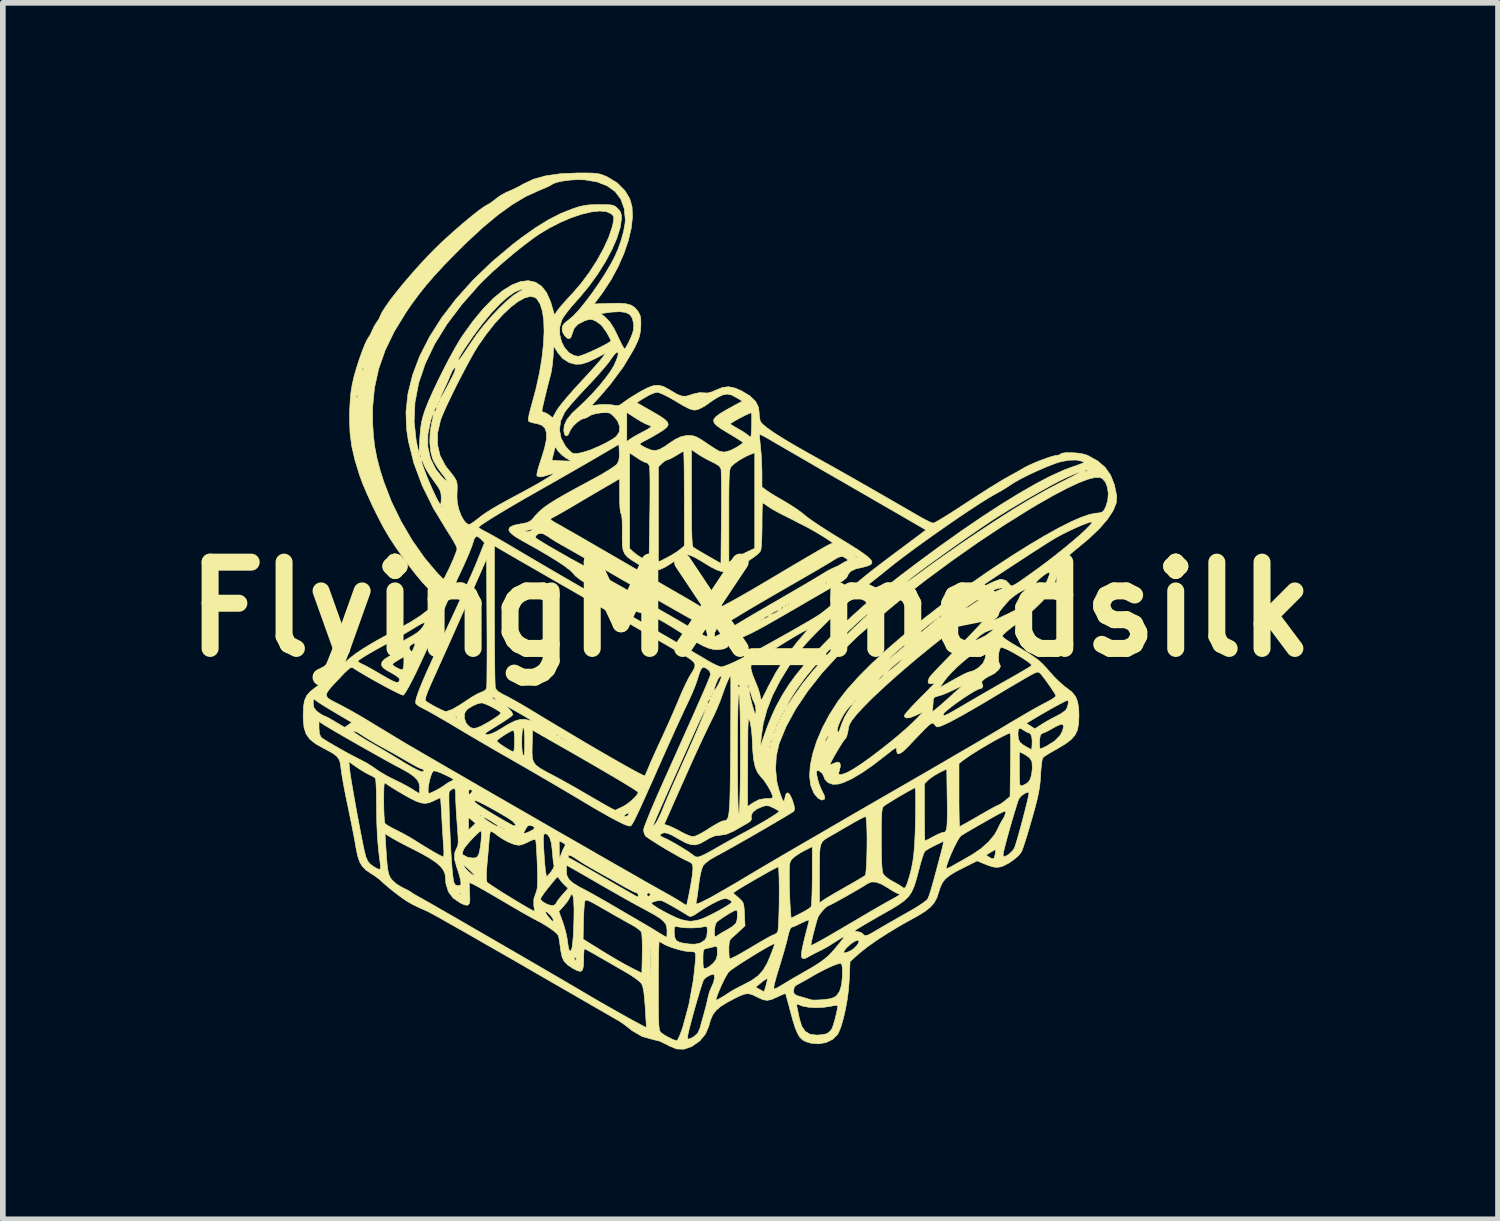
<source format=kicad_pcb>
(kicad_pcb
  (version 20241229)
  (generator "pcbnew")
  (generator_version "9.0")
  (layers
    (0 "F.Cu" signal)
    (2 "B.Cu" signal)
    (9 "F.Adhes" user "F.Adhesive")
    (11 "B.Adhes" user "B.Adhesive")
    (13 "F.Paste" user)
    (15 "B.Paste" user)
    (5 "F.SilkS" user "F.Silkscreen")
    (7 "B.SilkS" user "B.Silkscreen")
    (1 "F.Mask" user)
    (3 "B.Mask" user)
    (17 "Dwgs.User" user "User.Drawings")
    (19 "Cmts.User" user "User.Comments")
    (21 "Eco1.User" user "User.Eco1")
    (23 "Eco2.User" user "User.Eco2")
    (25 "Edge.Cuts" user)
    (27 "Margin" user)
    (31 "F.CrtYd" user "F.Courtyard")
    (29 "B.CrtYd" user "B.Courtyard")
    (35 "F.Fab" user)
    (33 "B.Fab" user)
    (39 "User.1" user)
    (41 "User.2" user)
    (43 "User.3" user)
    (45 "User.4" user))
  (footprint "FlyingMX_medsilk"
    (layer "F.Cu")
    (at 10.204 7.713)
    (property "Reference" "FlyingMX_medsilk" (at 0 0 0) (layer "F.SilkS") (effects (font (size 1.524 1.524) (thickness 0.3))))
    (attr through_hole)
    (fp_poly (pts (xy -2.902 -7.708) (xy -2.796 -7.706) (xy -2.718 -7.7) (xy -2.656 -7.688) (xy -2.601 -7.67) (xy -2.539 -7.644) (xy -2.521 -7.635) (xy -2.353 -7.533) (xy -2.218 -7.397) (xy -2.132 -7.255) (xy -2.091 -7.11) (xy -2.083 -6.935) (xy -2.105 -6.735) (xy -2.156 -6.517) (xy -2.234 -6.288) (xy -2.336 -6.055) (xy -2.461 -5.823) (xy -2.608 -5.599) (xy -2.654 -5.536) (xy -2.761 -5.395) (xy -2.477 -5.405) (xy -2.318 -5.408) (xy -2.2 -5.399) (xy -2.113 -5.375) (xy -2.047 -5.335) (xy -1.994 -5.274) (xy -1.978 -5.25) (xy -1.95 -5.195) (xy -1.937 -5.133) (xy -1.935 -5.046) (xy -1.937 -4.989) (xy -1.946 -4.897) (xy -1.962 -4.818) (xy -1.992 -4.736) (xy -2.04 -4.635) (xy -2.07 -4.578) (xy -2.244 -4.287) (xy -2.465 -3.988) (xy -2.643 -3.779) (xy -2.804 -3.6) (xy -2.665 -3.616) (xy -2.565 -3.621) (xy -2.467 -3.615) (xy -2.428 -3.609) (xy -2.362 -3.597) (xy -2.312 -3.608) (xy -2.254 -3.645) (xy -2.247 -3.652) (xy -2.01 -3.652) (xy -1.735 -3.495) (xy -1.602 -3.417) (xy -1.512 -3.355) (xy -1.463 -3.305) (xy -1.452 -3.261) (xy -1.478 -3.217) (xy -1.538 -3.168) (xy -1.583 -3.139) (xy -1.68 -3.08) (xy -1.781 -3.023) (xy -1.839 -2.993) (xy -1.905 -2.958) (xy -1.948 -2.93) (xy -1.956 -2.92) (xy -1.935 -2.902) (xy -1.881 -2.87) (xy -1.83 -2.845) (xy -1.747 -2.813) (xy -1.675 -2.806) (xy -1.601 -2.828) (xy -1.511 -2.879) (xy -1.451 -2.922) (xy -1.329 -3.002) (xy -1.227 -3.05) (xy -1.132 -3.071) (xy -1.085 -3.073) (xy -1.022 -3.068) (xy -0.96 -3.049) (xy -0.886 -3.009) (xy -0.786 -2.944) (xy -0.786 -2.943) (xy -0.695 -2.882) (xy -0.615 -2.831) (xy -0.559 -2.798) (xy -0.546 -2.792) (xy -0.461 -2.778) (xy -0.358 -2.805) (xy -0.246 -2.862) (xy -0.181 -2.904) (xy -0.139 -2.935) (xy -0.129 -2.946) (xy -0.15 -2.963) (xy -0.206 -3) (xy -0.289 -3.052) (xy -0.389 -3.111) (xy -0.512 -3.187) (xy -0.598 -3.247) (xy -0.624 -3.277) (xy -0.355 -3.277) (xy -0.335 -3.259) (xy -0.281 -3.226) (xy -0.214 -3.188) (xy -0.132 -3.14) (xy -0.063 -3.093) (xy -0.03 -3.064) (xy -0.01 -3.045) (xy 0.004 -3.047) (xy 0.012 -3.078) (xy 0.017 -3.145) (xy 0.02 -3.239) (xy 0.022 -3.34) (xy 0.022 -3.419) (xy 0.018 -3.466) (xy 0.016 -3.472) (xy -0.009 -3.466) (xy -0.065 -3.441) (xy -0.14 -3.404) (xy -0.218 -3.363) (xy -0.289 -3.323) (xy -0.339 -3.291) (xy -0.355 -3.277) (xy -0.624 -3.277) (xy -0.644 -3.3) (xy -0.65 -3.349) (xy -0.614 -3.4) (xy -0.536 -3.459) (xy -0.414 -3.531) (xy -0.294 -3.597) (xy -0.143 -3.678) (xy -0.231 -3.732) (xy -0.329 -3.785) (xy -0.408 -3.803) (xy -0.486 -3.789) (xy -0.556 -3.757) (xy -0.64 -3.708) (xy -0.716 -3.657) (xy -0.74 -3.638) (xy -0.813 -3.588) (xy -0.895 -3.545) (xy -0.898 -3.543) (xy -0.946 -3.526) (xy -0.991 -3.52) (xy -1.04 -3.529) (xy -1.104 -3.555) (xy -1.191 -3.601) (xy -1.309 -3.671) (xy -1.349 -3.695) (xy -1.452 -3.753) (xy -1.546 -3.8) (xy -1.618 -3.829) (xy -1.649 -3.835) (xy -1.705 -3.822) (xy -1.784 -3.788) (xy -1.863 -3.743) (xy -2.01 -3.652) (xy -2.247 -3.652) (xy -2.238 -3.658) (xy -2.173 -3.705) (xy -2.08 -3.765) (xy -1.976 -3.828) (xy -1.944 -3.847) (xy -1.814 -3.915) (xy -1.712 -3.953) (xy -1.623 -3.959) (xy -1.534 -3.936) (xy -1.434 -3.882) (xy -1.4 -3.861) (xy -1.295 -3.799) (xy -1.213 -3.768) (xy -1.138 -3.765) (xy -1.055 -3.789) (xy -1.027 -3.8) (xy -0.899 -3.829) (xy -0.833 -3.825) (xy -0.755 -3.822) (xy -0.674 -3.844) (xy -0.61 -3.873) (xy -0.493 -3.92) (xy -0.387 -3.933) (xy -0.274 -3.91) (xy -0.158 -3.86) (xy -0.01 -3.771) (xy 0.089 -3.676) (xy 0.142 -3.572) (xy 0.152 -3.493) (xy 0.158 -3.408) (xy 0.171 -3.335) (xy 0.176 -3.32) (xy 0.213 -3.273) (xy 0.295 -3.205) (xy 0.422 -3.116) (xy 0.593 -3.008) (xy 0.807 -2.881) (xy 1.064 -2.736) (xy 1.175 -2.674) (xy 1.36 -2.571) (xy 1.561 -2.458) (xy 1.784 -2.332) (xy 2.033 -2.19) (xy 2.313 -2.029) (xy 2.627 -1.848) (xy 2.98 -1.644) (xy 2.997 -1.634) (xy 3.088 -1.584) (xy 3.165 -1.546) (xy 3.217 -1.526) (xy 3.226 -1.524) (xy 3.26 -1.537) (xy 3.328 -1.574) (xy 3.422 -1.631) (xy 3.535 -1.701) (xy 3.625 -1.759) (xy 3.856 -1.91) (xy 4.051 -2.036) (xy 4.214 -2.14) (xy 4.352 -2.225) (xy 4.468 -2.295) (xy 4.57 -2.353) (xy 4.61 -2.375) (xy 4.702 -2.425) (xy 4.781 -2.47) (xy 4.834 -2.501) (xy 4.839 -2.504) (xy 4.901 -2.537) (xy 4.992 -2.578) (xy 5.098 -2.622) (xy 5.205 -2.662) (xy 5.3 -2.695) (xy 5.371 -2.714) (xy 5.395 -2.718) (xy 5.449 -2.727) (xy 5.474 -2.743) (xy 5.51 -2.76) (xy 5.582 -2.769) (xy 5.676 -2.768) (xy 5.777 -2.761) (xy 5.872 -2.746) (xy 5.947 -2.724) (xy 5.956 -2.72) (xy 6.131 -2.623) (xy 6.264 -2.509) (xy 6.361 -2.371) (xy 6.428 -2.201) (xy 6.469 -2.002) (xy 6.461 -1.881) (xy 6.406 -1.744) (xy 6.305 -1.591) (xy 6.159 -1.423) (xy 5.968 -1.242) (xy 5.8 -1.102) (xy 5.671 -0.996) (xy 5.578 -0.909) (xy 5.512 -0.831) (xy 5.466 -0.754) (xy 5.433 -0.668) (xy 5.418 -0.616) (xy 5.387 -0.514) (xy 5.349 -0.414) (xy 5.328 -0.37) (xy 5.259 -0.265) (xy 5.153 -0.142) (xy 5.016 -0.008) (xy 4.856 0.131) (xy 4.705 0.248) (xy 4.607 0.322) (xy 4.526 0.388) (xy 4.469 0.439) (xy 4.445 0.467) (xy 4.445 0.469) (xy 4.466 0.494) (xy 4.521 0.537) (xy 4.602 0.59) (xy 4.66 0.624) (xy 4.816 0.716) (xy 4.937 0.79) (xy 5.03 0.854) (xy 5.106 0.913) (xy 5.172 0.976) (xy 5.239 1.048) (xy 5.282 1.099) (xy 5.37 1.196) (xy 5.466 1.289) (xy 5.552 1.364) (xy 5.584 1.387) (xy 5.677 1.459) (xy 5.741 1.537) (xy 5.779 1.631) (xy 5.798 1.755) (xy 5.802 1.88) (xy 5.796 2.017) (xy 5.776 2.127) (xy 5.734 2.217) (xy 5.665 2.297) (xy 5.562 2.375) (xy 5.42 2.461) (xy 5.379 2.484) (xy 5.289 2.535) (xy 5.215 2.581) (xy 5.17 2.614) (xy 5.164 2.621) (xy 5.152 2.659) (xy 5.14 2.735) (xy 5.13 2.839) (xy 5.124 2.934) (xy 5.117 3.042) (xy 5.106 3.141) (xy 5.088 3.243) (xy 5.063 3.359) (xy 5.027 3.499) (xy 4.978 3.675) (xy 4.968 3.708) (xy 4.923 3.864) (xy 4.88 4.008) (xy 4.841 4.13) (xy 4.81 4.223) (xy 4.79 4.277) (xy 4.788 4.28) (xy 4.736 4.347) (xy 4.652 4.419) (xy 4.554 4.486) (xy 4.457 4.534) (xy 4.425 4.545) (xy 4.36 4.556) (xy 4.289 4.549) (xy 4.198 4.521) (xy 4.104 4.483) (xy 4.004 4.441) (xy 3.774 4.556) (xy 3.628 4.631) (xy 3.521 4.696) (xy 3.445 4.757) (xy 3.392 4.823) (xy 3.355 4.901) (xy 3.326 4.991) (xy 3.292 5.094) (xy 3.246 5.179) (xy 3.181 5.255) (xy 3.089 5.329) (xy 2.962 5.408) (xy 2.85 5.47) (xy 2.636 5.59) (xy 2.429 5.715) (xy 2.238 5.838) (xy 2.074 5.953) (xy 1.944 6.056) (xy 1.921 6.075) (xy 1.759 6.22) (xy 1.745 6.545) (xy 1.732 6.715) (xy 1.709 6.893) (xy 1.677 7.069) (xy 1.639 7.233) (xy 1.598 7.372) (xy 1.556 7.476) (xy 1.539 7.506) (xy 1.454 7.592) (xy 1.338 7.649) (xy 1.204 7.673) (xy 1.065 7.661) (xy 0.978 7.634) (xy 0.92 7.603) (xy 0.872 7.556) (xy 0.83 7.486) (xy 0.789 7.387) (xy 0.747 7.251) (xy 0.71 7.117) (xy 0.679 6.997) (xy 0.673 6.975) (xy 0.817 6.975) (xy 0.817 7.001) (xy 0.821 7.017) (xy 0.833 7.073) (xy 0.85 7.157) (xy 0.864 7.225) (xy 0.905 7.36) (xy 0.966 7.451) (xy 1.052 7.503) (xy 1.165 7.518) (xy 1.254 7.513) (xy 1.332 7.498) (xy 1.356 7.49) (xy 1.413 7.444) (xy 1.445 7.394) (xy 1.467 7.329) (xy 1.492 7.243) (xy 1.514 7.153) (xy 1.532 7.072) (xy 1.542 7.014) (xy 1.541 6.994) (xy 1.513 6.993) (xy 1.452 7.002) (xy 1.419 7.009) (xy 1.293 7.028) (xy 1.155 7.034) (xy 1.025 7.026) (xy 0.92 7.006) (xy 0.898 6.998) (xy 0.84 6.975) (xy 0.817 6.975) (xy 0.673 6.975) (xy 0.651 6.895) (xy 0.631 6.822) (xy 0.62 6.787) (xy 0.619 6.785) (xy 0.595 6.791) (xy 0.539 6.814) (xy 0.479 6.842) (xy 0.376 6.888) (xy 0.297 6.905) (xy 0.221 6.893) (xy 0.13 6.852) (xy 0.117 6.845) (xy 0.032 6.804) (xy -0.037 6.787) (xy -0.105 6.794) (xy -0.189 6.826) (xy -0.261 6.861) (xy -0.414 6.942) (xy -0.528 7.014) (xy -0.609 7.084) (xy -0.666 7.161) (xy -0.706 7.253) (xy -0.735 7.358) (xy -0.794 7.498) (xy -0.895 7.621) (xy -1.034 7.718) (xy -1.042 7.722) (xy -1.173 7.767) (xy -1.3 7.764) (xy -1.43 7.712) (xy -1.461 7.694) (xy -1.604 7.625) (xy -1.727 7.595) (xy -1.913 7.543) (xy -2.088 7.441) (xy -2.152 7.39) (xy -2.227 7.332) (xy -2.315 7.272) (xy -2.342 7.256) (xy -2.382 7.234) (xy -2.462 7.187) (xy -2.578 7.12) (xy -2.727 7.035) (xy -2.905 6.932) (xy -3.107 6.815) (xy -3.331 6.686) (xy -3.572 6.547) (xy -3.827 6.4) (xy -4.023 6.286) (xy -4.285 6.135) (xy -4.537 5.991) (xy -4.775 5.855) (xy -4.994 5.729) (xy -5.192 5.617) (xy -5.363 5.52) (xy -5.505 5.44) (xy -5.614 5.38) (xy -5.686 5.342) (xy -5.712 5.329) (xy -5.858 5.264) (xy -5.971 5.209) (xy -6.067 5.154) (xy -6.161 5.09) (xy -6.261 5.015) (xy -6.353 4.942) (xy -6.435 4.874) (xy -6.494 4.822) (xy -6.514 4.802) (xy -6.562 4.76) (xy -6.636 4.706) (xy -6.708 4.66) (xy -6.794 4.6) (xy -6.857 4.536) (xy -6.903 4.457) (xy -6.938 4.351) (xy -6.967 4.208) (xy -6.973 4.172) (xy -6.99 4.074) (xy -7.016 3.939) (xy -7.047 3.78) (xy -7.082 3.611) (xy -7.112 3.467) (xy -7.146 3.303) (xy -7.177 3.144) (xy -7.203 3) (xy -7.222 2.884) (xy -7.231 2.811) (xy -7.243 2.719) (xy -7.252 2.69) (xy -7.092 2.69) (xy -7.076 2.85) (xy -7.066 2.924) (xy -7.048 3.038) (xy -7.023 3.183) (xy -6.994 3.35) (xy -6.962 3.529) (xy -6.928 3.712) (xy -6.895 3.887) (xy -6.864 4.047) (xy -6.837 4.182) (xy -6.819 4.264) (xy -6.791 4.373) (xy -6.759 4.446) (xy -6.715 4.499) (xy -6.65 4.546) (xy -6.642 4.551) (xy -6.575 4.587) (xy -6.542 4.589) (xy -6.533 4.551) (xy -6.539 4.489) (xy -6.569 4.244) (xy -6.589 4.007) (xy -6.591 3.961) (xy -6.454 3.961) (xy -6.439 4.196) (xy -6.428 4.368) (xy -6.417 4.498) (xy -6.406 4.592) (xy -6.393 4.66) (xy -6.375 4.71) (xy -6.353 4.749) (xy -6.324 4.785) (xy -6.252 4.849) (xy -6.164 4.904) (xy -6.142 4.915) (xy -6.067 4.951) (xy -6.007 4.985) (xy -5.992 4.996) (xy -5.946 5.027) (xy -5.876 5.068) (xy -5.84 5.087) (xy -5.795 5.112) (xy -5.71 5.16) (xy -5.591 5.228) (xy -5.442 5.314) (xy -5.267 5.414) (xy -5.072 5.527) (xy -4.86 5.65) (xy -4.636 5.779) (xy -4.405 5.913) (xy -4.172 6.048) (xy -3.941 6.182) (xy -3.716 6.313) (xy -3.503 6.437) (xy -3.305 6.553) (xy -3.128 6.656) (xy -2.976 6.746) (xy -2.857 6.816) (xy -2.728 6.892) (xy -2.587 6.973) (xy -2.441 7.056) (xy -2.297 7.137) (xy -2.162 7.213) (xy -2.042 7.278) (xy -1.944 7.331) (xy -1.875 7.367) (xy -1.841 7.382) (xy -1.839 7.382) (xy -1.839 7.357) (xy -1.843 7.29) (xy -1.849 7.191) (xy -1.856 7.069) (xy -1.859 7.023) (xy -1.871 6.866) (xy -1.884 6.753) (xy -1.899 6.674) (xy -1.907 6.651) (xy -1.626 6.651) (xy -1.625 6.873) (xy -1.625 7.049) (xy -1.623 7.185) (xy -1.62 7.288) (xy -1.616 7.361) (xy -1.609 7.411) (xy -1.601 7.444) (xy -1.59 7.464) (xy -1.581 7.473) (xy -1.528 7.512) (xy -1.455 7.554) (xy -1.379 7.592) (xy -1.32 7.615) (xy -1.303 7.619) (xy -1.283 7.597) (xy -1.269 7.569) (xy -1.112 7.569) (xy -1.097 7.59) (xy -1.055 7.577) (xy -0.998 7.545) (xy -0.931 7.484) (xy -0.891 7.395) (xy -0.889 7.386) (xy -0.866 7.302) (xy -0.836 7.195) (xy -0.813 7.112) (xy -0.785 7.008) (xy -0.761 6.908) (xy -0.759 6.9) (xy -0.61 6.9) (xy -0.59 6.896) (xy -0.54 6.87) (xy -0.469 6.828) (xy -0.39 6.777) (xy -0.352 6.752) (xy -0.293 6.717) (xy -0.211 6.673) (xy 0.091 6.673) (xy 0.166 6.713) (xy 0.241 6.753) (xy 0.248 6.73) (xy 0.762 6.73) (xy 0.766 6.773) (xy 0.785 6.801) (xy 0.832 6.824) (xy 0.908 6.846) (xy 0.991 6.87) (xy 1.054 6.889) (xy 1.079 6.897) (xy 1.116 6.9) (xy 1.188 6.898) (xy 1.28 6.893) (xy 1.283 6.892) (xy 1.397 6.878) (xy 1.474 6.855) (xy 1.518 6.826) (xy 1.574 6.747) (xy 1.609 6.633) (xy 1.624 6.479) (xy 1.625 6.42) (xy 1.622 6.319) (xy 1.611 6.264) (xy 1.594 6.249) (xy 1.539 6.262) (xy 1.451 6.295) (xy 1.343 6.344) (xy 1.225 6.404) (xy 1.109 6.468) (xy 1.091 6.479) (xy 0.995 6.535) (xy 0.907 6.584) (xy 0.844 6.618) (xy 0.832 6.623) (xy 0.779 6.661) (xy 0.762 6.721) (xy 0.762 6.73) (xy 0.248 6.73) (xy 0.266 6.671) (xy 0.413 6.671) (xy 0.415 6.699) (xy 0.423 6.705) (xy 0.454 6.692) (xy 0.515 6.659) (xy 0.584 6.617) (xy 0.677 6.561) (xy 0.791 6.494) (xy 0.903 6.43) (xy 0.914 6.423) (xy 1.073 6.332) (xy 1.196 6.256) (xy 1.293 6.188) (xy 1.372 6.121) (xy 1.443 6.05) (xy 1.646 6.05) (xy 1.655 6.068) (xy 1.704 6.057) (xy 1.769 6.029) (xy 1.823 5.993) (xy 1.871 5.946) (xy 1.906 5.897) (xy 1.918 5.859) (xy 1.901 5.842) (xy 1.899 5.842) (xy 1.844 5.86) (xy 1.774 5.906) (xy 1.705 5.969) (xy 1.676 6.001) (xy 1.646 6.05) (xy 1.443 6.05) (xy 1.445 6.047) (xy 1.52 5.959) (xy 1.523 5.955) (xy 1.595 5.866) (xy 1.638 5.811) (xy 1.652 5.785) (xy 1.642 5.784) (xy 1.608 5.803) (xy 1.585 5.817) (xy 1.506 5.866) (xy 1.432 5.913) (xy 1.417 5.923) (xy 1.355 5.961) (xy 1.27 6.007) (xy 1.214 6.035) (xy 1.126 6.079) (xy 1.047 6.121) (xy 1.011 6.142) (xy 0.956 6.168) (xy 0.921 6.162) (xy 0.91 6.153) (xy 0.901 6.132) (xy 0.9 6.094) (xy 0.907 6.032) (xy 0.925 5.941) (xy 0.927 5.933) (xy 1.067 5.933) (xy 1.086 5.929) (xy 1.145 5.901) (xy 1.244 5.847) (xy 1.384 5.768) (xy 1.532 5.681) (xy 1.84 5.681) (xy 1.857 5.688) (xy 1.883 5.689) (xy 1.945 5.703) (xy 1.981 5.728) (xy 2.006 5.753) (xy 2.035 5.761) (xy 2.076 5.751) (xy 2.14 5.718) (xy 2.237 5.661) (xy 2.245 5.657) (xy 2.335 5.603) (xy 2.455 5.534) (xy 2.592 5.456) (xy 2.73 5.377) (xy 2.765 5.358) (xy 2.923 5.266) (xy 3.039 5.191) (xy 3.112 5.135) (xy 3.136 5.105) (xy 3.155 5.055) (xy 3.183 4.969) (xy 3.215 4.86) (xy 3.238 4.775) (xy 3.276 4.636) (xy 3.293 4.572) (xy 3.457 4.572) (xy 3.466 4.577) (xy 3.49 4.569) (xy 3.534 4.548) (xy 3.604 4.509) (xy 3.706 4.452) (xy 3.845 4.372) (xy 3.905 4.338) (xy 4.162 4.338) (xy 4.219 4.378) (xy 4.271 4.405) (xy 4.303 4.393) (xy 4.317 4.346) (xy 4.462 4.346) (xy 4.48 4.366) (xy 4.528 4.348) (xy 4.561 4.327) (xy 4.622 4.272) (xy 4.659 4.219) (xy 4.676 4.176) (xy 4.701 4.096) (xy 4.732 3.989) (xy 4.767 3.864) (xy 4.803 3.73) (xy 4.838 3.595) (xy 4.87 3.47) (xy 4.896 3.363) (xy 4.913 3.283) (xy 4.92 3.24) (xy 4.919 3.235) (xy 4.885 3.232) (xy 4.833 3.256) (xy 4.78 3.297) (xy 4.742 3.344) (xy 4.741 3.345) (xy 4.724 3.39) (xy 4.697 3.474) (xy 4.662 3.588) (xy 4.623 3.72) (xy 4.582 3.862) (xy 4.542 4.004) (xy 4.507 4.135) (xy 4.479 4.246) (xy 4.469 4.286) (xy 4.462 4.346) (xy 4.317 4.346) (xy 4.321 4.335) (xy 4.323 4.318) (xy 4.329 4.265) (xy 4.327 4.242) (xy 4.327 4.242) (xy 4.302 4.254) (xy 4.252 4.283) (xy 4.24 4.29) (xy 4.162 4.338) (xy 3.905 4.338) (xy 3.907 4.337) (xy 4.066 4.23) (xy 4.204 4.108) (xy 4.31 3.98) (xy 4.362 3.888) (xy 4.401 3.806) (xy 4.437 3.738) (xy 4.457 3.708) (xy 4.487 3.655) (xy 4.505 3.602) (xy 4.509 3.578) (xy 4.502 3.567) (xy 4.479 3.569) (xy 4.435 3.588) (xy 4.362 3.626) (xy 4.256 3.685) (xy 4.147 3.747) (xy 4.018 3.82) (xy 3.902 3.887) (xy 3.807 3.943) (xy 3.742 3.983) (xy 3.718 3.998) (xy 3.687 4.036) (xy 3.644 4.11) (xy 3.595 4.206) (xy 3.546 4.313) (xy 3.503 4.419) (xy 3.471 4.511) (xy 3.464 4.538) (xy 3.458 4.559) (xy 3.457 4.572) (xy 3.293 4.572) (xy 3.316 4.486) (xy 3.352 4.351) (xy 3.366 4.298) (xy 3.39 4.204) (xy 3.405 4.134) (xy 3.409 4.098) (xy 3.407 4.096) (xy 3.377 4.111) (xy 3.316 4.141) (xy 3.247 4.174) (xy 3.167 4.216) (xy 3.104 4.254) (xy 3.076 4.277) (xy 3.059 4.314) (xy 3.034 4.389) (xy 3.003 4.491) (xy 2.973 4.606) (xy 2.93 4.769) (xy 2.89 4.895) (xy 2.845 4.994) (xy 2.789 5.075) (xy 2.713 5.147) (xy 2.612 5.219) (xy 2.478 5.301) (xy 2.376 5.358) (xy 2.246 5.432) (xy 2.124 5.503) (xy 2.019 5.564) (xy 1.943 5.609) (xy 1.918 5.624) (xy 1.859 5.662) (xy 1.84 5.681) (xy 1.532 5.681) (xy 1.565 5.662) (xy 1.789 5.53) (xy 1.88 5.477) (xy 2.03 5.388) (xy 2.177 5.302) (xy 2.311 5.225) (xy 2.422 5.162) (xy 2.501 5.119) (xy 2.511 5.113) (xy 2.584 5.073) (xy 2.629 5.043) (xy 2.638 5.03) (xy 2.635 5.029) (xy 2.596 5.016) (xy 2.529 4.981) (xy 2.449 4.932) (xy 2.448 4.93) (xy 2.322 4.856) (xy 2.222 4.817) (xy 2.141 4.813) (xy 2.07 4.841) (xy 2.064 4.845) (xy 2.009 4.88) (xy 1.927 4.93) (xy 1.826 4.988) (xy 1.718 5.051) (xy 1.61 5.111) (xy 1.513 5.164) (xy 1.435 5.206) (xy 1.387 5.229) (xy 1.377 5.232) (xy 1.345 5.251) (xy 1.296 5.297) (xy 1.245 5.356) (xy 1.204 5.414) (xy 1.197 5.427) (xy 1.182 5.469) (xy 1.159 5.545) (xy 1.133 5.642) (xy 1.107 5.743) (xy 1.085 5.836) (xy 1.071 5.905) (xy 1.067 5.933) (xy 0.927 5.933) (xy 0.954 5.816) (xy 0.996 5.652) (xy 1.037 5.493) (xy 1.021 5.488) (xy 0.972 5.504) (xy 0.901 5.538) (xy 0.821 5.577) (xy 0.758 5.605) (xy 0.726 5.613) (xy 0.706 5.636) (xy 0.682 5.696) (xy 0.664 5.768) (xy 0.644 5.854) (xy 0.612 5.972) (xy 0.573 6.107) (xy 0.535 6.235) (xy 0.483 6.403) (xy 0.446 6.528) (xy 0.423 6.616) (xy 0.413 6.671) (xy 0.266 6.671) (xy 0.273 6.647) (xy 0.291 6.578) (xy 0.299 6.531) (xy 0.299 6.523) (xy 0.278 6.527) (xy 0.231 6.558) (xy 0.192 6.589) (xy 0.091 6.673) (xy -0.211 6.673) (xy -0.208 6.672) (xy -0.13 6.633) (xy 0.023 6.552) (xy 0.137 6.469) (xy 0.224 6.372) (xy 0.296 6.248) (xy 0.341 6.144) (xy 0.38 6.045) (xy 0.409 5.966) (xy 0.425 5.916) (xy 0.427 5.905) (xy 0.401 5.912) (xy 0.341 5.942) (xy 0.255 5.99) (xy 0.151 6.051) (xy 0.037 6.12) (xy -0.077 6.192) (xy -0.185 6.261) (xy -0.278 6.323) (xy -0.348 6.373) (xy -0.386 6.405) (xy -0.387 6.406) (xy -0.419 6.456) (xy -0.462 6.535) (xy -0.508 6.631) (xy -0.552 6.73) (xy -0.587 6.819) (xy -0.607 6.882) (xy -0.61 6.9) (xy -0.759 6.9) (xy -0.748 6.845) (xy -0.724 6.754) (xy -0.687 6.667) (xy -0.683 6.66) (xy -0.65 6.583) (xy -0.635 6.509) (xy -0.635 6.503) (xy -0.638 6.455) (xy -0.657 6.443) (xy -0.708 6.458) (xy -0.715 6.46) (xy -0.78 6.496) (xy -0.826 6.54) (xy -0.842 6.579) (xy -0.868 6.657) (xy -0.901 6.764) (xy -0.939 6.892) (xy -0.979 7.031) (xy -1.018 7.171) (xy -1.053 7.302) (xy -1.083 7.416) (xy -1.103 7.502) (xy -1.105 7.512) (xy -1.112 7.569) (xy -1.269 7.569) (xy -1.253 7.536) (xy -1.219 7.448) (xy -1.197 7.385) (xy -1.087 6.978) (xy -1.011 6.562) (xy -0.992 6.404) (xy -0.978 6.263) (xy -0.97 6.177) (xy -0.838 6.177) (xy -0.837 6.269) (xy -0.832 6.32) (xy -0.82 6.341) (xy -0.796 6.341) (xy -0.781 6.337) (xy -0.726 6.308) (xy -0.665 6.257) (xy -0.654 6.246) (xy -0.606 6.181) (xy -0.586 6.107) (xy -0.584 6.055) (xy -0.586 6.007) (xy -0.381 6.007) (xy -0.379 6.091) (xy -0.374 6.151) (xy -0.367 6.172) (xy -0.338 6.162) (xy -0.282 6.135) (xy -0.258 6.124) (xy -0.199 6.092) (xy -0.109 6.04) (xy -0.000356 5.977) (xy 0.115 5.908) (xy 0.115 5.908) (xy 0.223 5.845) (xy 0.316 5.792) (xy 0.386 5.756) (xy 0.423 5.741) (xy 0.425 5.74) (xy 0.46 5.72) (xy 0.482 5.691) (xy 0.489 5.654) (xy 0.495 5.577) (xy 0.5 5.47) (xy 0.504 5.34) (xy 0.507 5.197) (xy 0.508 5.05) (xy 0.508 4.907) (xy 0.506 4.776) (xy 0.506 4.748) (xy 0.686 4.748) (xy 0.688 4.892) (xy 0.692 5.043) (xy 0.698 5.179) (xy 0.702 5.247) (xy 0.718 5.453) (xy 0.884 5.369) (xy 0.968 5.324) (xy 1.035 5.283) (xy 1.069 5.254) (xy 1.07 5.253) (xy 1.077 5.218) (xy 1.082 5.141) (xy 1.087 5.03) (xy 1.09 4.892) (xy 1.092 4.736) (xy 1.092 4.705) (xy 1.092 4.564) (xy 1.219 4.564) (xy 1.219 4.666) (xy 1.219 5.183) (xy 1.289 5.134) (xy 1.336 5.103) (xy 1.418 5.054) (xy 1.523 4.993) (xy 1.642 4.925) (xy 1.676 4.905) (xy 1.793 4.839) (xy 1.894 4.78) (xy 1.973 4.733) (xy 2.019 4.704) (xy 2.026 4.699) (xy 2.036 4.667) (xy 2.044 4.594) (xy 2.05 4.491) (xy 2.055 4.367) (xy 2.058 4.23) (xy 2.059 4.089) (xy 2.059 4.036) (xy 2.312 4.036) (xy 2.312 4.062) (xy 2.313 4.273) (xy 2.317 4.436) (xy 2.323 4.556) (xy 2.333 4.634) (xy 2.344 4.672) (xy 2.383 4.716) (xy 2.452 4.768) (xy 2.513 4.804) (xy 2.59 4.846) (xy 2.651 4.883) (xy 2.676 4.901) (xy 2.711 4.925) (xy 2.738 4.91) (xy 2.764 4.852) (xy 2.771 4.832) (xy 2.812 4.7) (xy 2.844 4.576) (xy 2.868 4.45) (xy 2.886 4.312) (xy 2.899 4.152) (xy 2.908 3.96) (xy 2.914 3.74) (xy 2.917 3.573) (xy 2.918 3.424) (xy 2.918 3.301) (xy 2.916 3.21) (xy 2.912 3.159) (xy 2.91 3.15) (xy 2.88 3.162) (xy 2.819 3.195) (xy 2.735 3.242) (xy 2.64 3.297) (xy 2.543 3.355) (xy 2.457 3.408) (xy 2.39 3.45) (xy 2.356 3.475) (xy 2.341 3.492) (xy 2.33 3.519) (xy 2.322 3.563) (xy 2.317 3.629) (xy 2.314 3.726) (xy 2.312 3.859) (xy 2.312 4.036) (xy 2.059 4.036) (xy 2.058 3.955) (xy 2.055 3.835) (xy 2.049 3.74) (xy 2.042 3.678) (xy 2.033 3.658) (xy 2.002 3.67) (xy 1.938 3.702) (xy 1.85 3.75) (xy 1.773 3.794) (xy 1.662 3.858) (xy 1.557 3.919) (xy 1.472 3.968) (xy 1.435 3.989) (xy 1.365 4.029) (xy 1.312 4.063) (xy 1.273 4.099) (xy 1.247 4.144) (xy 1.231 4.205) (xy 1.223 4.29) (xy 1.22 4.407) (xy 1.219 4.564) (xy 1.092 4.564) (xy 1.092 4.19) (xy 0.959 4.257) (xy 0.871 4.306) (xy 0.791 4.36) (xy 0.756 4.389) (xy 0.726 4.419) (xy 0.706 4.449) (xy 0.694 4.491) (xy 0.688 4.554) (xy 0.686 4.649) (xy 0.686 4.748) (xy 0.506 4.748) (xy 0.503 4.668) (xy 0.499 4.589) (xy 0.492 4.55) (xy 0.49 4.547) (xy 0.462 4.559) (xy 0.4 4.591) (xy 0.312 4.639) (xy 0.208 4.698) (xy 0.097 4.761) (xy -0.013 4.825) (xy -0.111 4.882) (xy -0.189 4.93) (xy -0.236 4.96) (xy -0.307 5.009) (xy -0.211 5.092) (xy -0.163 5.135) (xy -0.134 5.174) (xy -0.118 5.221) (xy -0.11 5.293) (xy -0.106 5.381) (xy -0.096 5.588) (xy -0.183 5.67) (xy -0.248 5.731) (xy -0.309 5.784) (xy -0.325 5.797) (xy -0.356 5.83) (xy -0.373 5.875) (xy -0.38 5.947) (xy -0.381 6.007) (xy -0.586 6.007) (xy -0.586 5.984) (xy -0.596 5.953) (xy -0.621 5.95) (xy -0.641 5.956) (xy -0.712 5.975) (xy -0.768 5.987) (xy -0.805 5.996) (xy -0.826 6.015) (xy -0.835 6.055) (xy -0.838 6.129) (xy -0.838 6.177) (xy -0.97 6.177) (xy -0.969 6.165) (xy -0.968 6.101) (xy -0.976 6.065) (xy -0.995 6.049) (xy -1.027 6.045) (xy -1.068 6.045) (xy -1.157 6.035) (xy -1.272 6.008) (xy -1.391 5.971) (xy -1.494 5.93) (xy -1.542 5.904) (xy -1.589 5.876) (xy -1.612 5.867) (xy -1.615 5.892) (xy -1.618 5.961) (xy -1.621 6.068) (xy -1.623 6.208) (xy -1.625 6.375) (xy -1.626 6.561) (xy -1.626 6.651) (xy -1.907 6.651) (xy -1.917 6.622) (xy -1.928 6.604) (xy -1.97 6.563) (xy -2.043 6.507) (xy -2.135 6.447) (xy -2.174 6.424) (xy -2.382 6.303) (xy -2.55 6.206) (xy -2.682 6.131) (xy -2.781 6.074) (xy -2.852 6.034) (xy -2.899 6.009) (xy -2.924 5.997) (xy -2.932 5.994) (xy -2.939 6.018) (xy -2.944 6.079) (xy -2.946 6.167) (xy -2.946 6.186) (xy -2.95 6.299) (xy -2.966 6.367) (xy -2.998 6.393) (xy -3.052 6.383) (xy -3.13 6.343) (xy -3.227 6.28) (xy -3.289 6.218) (xy -3.316 6.162) (xy -3.115 6.162) (xy -3.111 6.172) (xy -3.089 6.196) (xy -3.085 6.198) (xy -3.074 6.178) (xy -3.073 6.172) (xy -3.093 6.148) (xy -3.1 6.147) (xy -3.115 6.162) (xy -3.316 6.162) (xy -3.326 6.141) (xy -3.349 6.034) (xy -3.355 5.991) (xy -3.368 5.894) (xy -3.381 5.812) (xy -3.392 5.764) (xy -3.392 5.762) (xy -3.423 5.721) (xy -3.492 5.665) (xy -3.588 5.599) (xy -3.703 5.53) (xy -3.81 5.474) (xy -3.879 5.437) (xy -3.98 5.381) (xy -4.056 5.337) (xy -3.618 5.337) (xy -3.614 5.364) (xy -3.583 5.413) (xy -3.567 5.432) (xy -3.517 5.49) (xy -3.49 5.509) (xy -3.48 5.496) (xy -3.48 5.488) (xy -3.494 5.453) (xy -3.529 5.406) (xy -3.571 5.363) (xy -3.606 5.337) (xy -3.618 5.337) (xy -4.056 5.337) (xy -4.062 5.334) (xy -3.384 5.334) (xy -3.32 5.507) (xy -3.284 5.616) (xy -3.255 5.726) (xy -3.239 5.806) (xy -3.223 5.92) (xy -3.21 5.992) (xy -3.197 6.027) (xy -3.182 6.033) (xy -3.167 6.022) (xy -3.153 5.983) (xy -3.14 5.898) (xy -3.134 5.824) (xy -2.955 5.824) (xy -2.627 6.028) (xy -2.493 6.11) (xy -2.356 6.191) (xy -2.229 6.263) (xy -2.128 6.318) (xy -2.108 6.328) (xy -1.918 6.424) (xy -1.913 6.21) (xy -1.768 6.21) (xy -1.767 6.326) (xy -1.766 6.406) (xy -1.764 6.446) (xy -1.761 6.442) (xy -1.759 6.408) (xy -1.756 6.284) (xy -1.756 6.142) (xy -1.759 6.027) (xy -1.762 5.983) (xy -1.764 5.987) (xy -1.766 6.034) (xy -1.768 6.121) (xy -1.768 6.21) (xy -1.913 6.21) (xy -1.911 6.082) (xy -1.91 5.951) (xy -1.912 5.837) (xy -1.918 5.748) (xy -1.926 5.698) (xy -1.928 5.694) (xy -1.963 5.658) (xy -2.028 5.611) (xy -2.1 5.569) (xy -2.177 5.527) (xy -2.285 5.466) (xy -2.411 5.395) (xy -2.542 5.319) (xy -2.578 5.299) (xy -2.706 5.225) (xy -2.797 5.175) (xy -2.857 5.146) (xy -2.895 5.135) (xy -2.915 5.139) (xy -2.925 5.154) (xy -2.932 5.197) (xy -2.939 5.279) (xy -2.945 5.388) (xy -2.949 5.512) (xy -2.955 5.824) (xy -3.134 5.824) (xy -3.129 5.772) (xy -3.123 5.644) (xy -3.117 5.45) (xy -3.116 5.288) (xy -3.121 5.161) (xy -3.131 5.075) (xy -3.145 5.033) (xy -3.151 5.029) (xy -3.174 5.05) (xy -3.189 5.083) (xy -3.215 5.132) (xy -3.264 5.199) (xy -3.295 5.235) (xy -3.384 5.334) (xy -4.062 5.334) (xy -4.104 5.309) (xy -4.24 5.23) (xy -4.343 5.169) (xy -4.531 5.059) (xy -4.688 4.968) (xy -4.813 4.898) (xy -4.903 4.85) (xy -4.953 4.828) (xy -4.961 4.826) (xy -4.964 4.849) (xy -4.964 4.911) (xy -4.96 4.998) (xy -4.959 5.016) (xy -4.955 5.129) (xy -4.966 5.197) (xy -4.997 5.225) (xy -5.05 5.218) (xy -5.122 5.186) (xy -5.251 5.097) (xy -5.315 5.012) (xy -5.148 5.012) (xy -5.144 5.027) (xy -5.131 5.029) (xy -5.11 5.02) (xy -5.114 5.012) (xy -5.144 5.009) (xy -5.148 5.012) (xy -5.315 5.012) (xy -5.336 4.983) (xy -5.379 4.843) (xy -5.385 4.755) (xy -5.393 4.677) (xy -5.422 4.606) (xy -5.475 4.537) (xy -5.557 4.466) (xy -5.674 4.388) (xy -5.829 4.301) (xy -5.992 4.217) (xy -6.109 4.158) (xy -6.219 4.1) (xy -6.308 4.05) (xy -6.355 4.023) (xy -6.454 3.961) (xy -6.591 3.961) (xy -6.6 3.76) (xy -6.604 3.483) (xy -6.604 3.467) (xy -6.605 3.374) (xy -6.477 3.374) (xy -6.477 3.393) (xy -6.475 3.524) (xy -6.471 3.638) (xy -6.465 3.724) (xy -6.458 3.773) (xy -6.456 3.779) (xy -6.424 3.805) (xy -6.359 3.844) (xy -6.273 3.888) (xy -6.254 3.898) (xy -6.14 3.956) (xy -6.02 4.023) (xy -5.926 4.08) (xy -5.806 4.156) (xy -5.689 4.227) (xy -5.584 4.289) (xy -5.499 4.336) (xy -5.443 4.364) (xy -5.426 4.369) (xy -5.417 4.346) (xy -5.414 4.285) (xy -5.419 4.198) (xy -5.419 4.197) (xy -5.426 4.105) (xy -5.434 3.978) (xy -5.443 3.833) (xy -5.451 3.686) (xy -5.451 3.677) (xy -5.458 3.55) (xy -5.465 3.444) (xy -5.471 3.368) (xy -5.474 3.346) (xy -5.325 3.346) (xy -5.323 3.46) (xy -5.319 3.601) (xy -5.314 3.759) (xy -5.307 3.927) (xy -5.299 4.096) (xy -5.291 4.259) (xy -5.282 4.407) (xy -5.273 4.531) (xy -5.269 4.585) (xy -5.256 4.711) (xy -5.244 4.794) (xy -5.229 4.844) (xy -5.207 4.869) (xy -5.177 4.876) (xy -5.166 4.877) (xy -5.126 4.873) (xy -5.112 4.85) (xy -5.118 4.795) (xy -5.12 4.782) (xy -5.129 4.744) (xy -4.664 4.744) (xy -4.657 4.807) (xy -4.653 4.817) (xy -4.627 4.838) (xy -4.566 4.88) (xy -4.478 4.937) (xy -4.372 5.005) (xy -4.255 5.077) (xy -4.137 5.149) (xy -4.025 5.216) (xy -3.929 5.272) (xy -3.857 5.312) (xy -3.816 5.332) (xy -3.815 5.311) (xy -3.822 5.256) (xy -3.826 5.231) (xy -3.826 5.117) (xy -3.825 5.114) (xy -3.708 5.114) (xy -3.686 5.149) (xy -3.633 5.186) (xy -3.566 5.217) (xy -3.505 5.231) (xy -3.473 5.227) (xy -3.436 5.2) (xy -3.429 5.184) (xy -3.413 5.156) (xy -3.373 5.102) (xy -3.325 5.045) (xy -3.22 4.926) (xy -3.282 4.868) (xy -3.336 4.812) (xy -3.374 4.761) (xy -3.397 4.728) (xy -3.418 4.732) (xy -3.448 4.765) (xy -3.564 4.906) (xy -3.646 5.012) (xy -3.694 5.082) (xy -3.708 5.114) (xy -3.825 5.114) (xy -3.797 5.028) (xy -3.78 4.985) (xy -3.768 4.936) (xy -3.762 4.872) (xy -3.759 4.785) (xy -3.761 4.665) (xy -3.765 4.511) (xy -3.771 4.369) (xy -3.778 4.245) (xy -3.784 4.147) (xy -3.791 4.085) (xy -3.795 4.068) (xy -3.826 4.063) (xy -3.887 4.087) (xy -3.918 4.104) (xy -3.998 4.141) (xy -4.073 4.163) (xy -4.097 4.165) (xy -4.173 4.151) (xy -4.272 4.111) (xy -4.378 4.054) (xy -4.412 4.031) (xy -3.656 4.031) (xy -3.656 4.106) (xy -3.651 4.221) (xy -3.648 4.268) (xy -3.64 4.395) (xy -3.631 4.51) (xy -3.622 4.601) (xy -3.615 4.65) (xy -3.6 4.727) (xy -3.528 4.643) (xy -3.515 4.624) (xy -3.251 4.624) (xy -3.241 4.702) (xy -3.206 4.768) (xy -3.138 4.83) (xy -3.032 4.896) (xy -2.969 4.929) (xy -2.889 4.971) (xy -2.778 5.032) (xy -2.648 5.106) (xy -2.511 5.184) (xy -2.451 5.219) (xy -2.315 5.299) (xy -2.18 5.378) (xy -2.057 5.449) (xy -1.961 5.505) (xy -1.93 5.523) (xy -1.823 5.586) (xy -1.709 5.654) (xy -1.627 5.705) (xy -1.554 5.749) (xy -1.502 5.78) (xy -1.481 5.791) (xy -1.476 5.768) (xy -1.474 5.711) (xy -1.473 5.695) (xy -1.346 5.695) (xy -1.338 5.791) (xy -1.31 5.848) (xy -1.252 5.88) (xy -1.19 5.894) (xy -1.066 5.911) (xy -0.976 5.912) (xy -0.908 5.899) (xy -0.865 5.881) (xy -0.804 5.838) (xy -0.772 5.779) (xy -0.762 5.69) (xy -0.762 5.685) (xy -0.635 5.685) (xy -0.634 5.753) (xy -0.625 5.78) (xy -0.603 5.773) (xy -0.578 5.756) (xy -0.522 5.72) (xy -0.443 5.675) (xy -0.401 5.652) (xy -0.327 5.606) (xy -0.272 5.56) (xy -0.255 5.539) (xy -0.238 5.487) (xy -0.23 5.421) (xy -0.23 5.357) (xy -0.24 5.316) (xy -0.249 5.309) (xy -0.286 5.322) (xy -0.349 5.356) (xy -0.427 5.403) (xy -0.504 5.453) (xy -0.567 5.499) (xy -0.603 5.53) (xy -0.603 5.531) (xy -0.623 5.581) (xy -0.634 5.657) (xy -0.635 5.685) (xy -0.762 5.685) (xy -0.762 5.674) (xy -0.765 5.617) (xy -0.783 5.598) (xy -0.827 5.605) (xy -0.832 5.607) (xy -0.896 5.617) (xy -0.987 5.624) (xy -1.054 5.626) (xy -1.15 5.623) (xy -1.236 5.614) (xy -1.276 5.607) (xy -1.32 5.597) (xy -1.34 5.61) (xy -1.346 5.656) (xy -1.346 5.695) (xy -1.473 5.695) (xy -1.473 5.676) (xy -1.478 5.613) (xy -1.495 5.559) (xy -1.532 5.51) (xy -1.593 5.458) (xy -1.686 5.399) (xy -1.816 5.327) (xy -1.889 5.287) (xy -1.996 5.23) (xy -2.057 5.196) (xy -1.746 5.196) (xy -1.714 5.223) (xy -1.636 5.275) (xy -1.533 5.334) (xy -1.421 5.392) (xy -1.315 5.442) (xy -1.231 5.476) (xy -1.204 5.483) (xy -1.115 5.502) (xy -1.049 5.507) (xy -0.978 5.498) (xy -0.916 5.485) (xy -0.847 5.461) (xy -0.749 5.418) (xy -0.637 5.362) (xy -0.554 5.317) (xy -0.446 5.255) (xy -0.377 5.212) (xy -0.341 5.183) (xy -0.332 5.163) (xy -0.343 5.146) (xy -0.349 5.141) (xy -0.41 5.112) (xy -0.447 5.106) (xy -0.504 5.119) (xy -0.591 5.156) (xy -0.697 5.211) (xy -0.811 5.277) (xy -0.92 5.349) (xy -0.925 5.353) (xy -1.002 5.403) (xy -1.052 5.423) (xy -1.087 5.417) (xy -1.09 5.415) (xy -1.161 5.37) (xy -1.251 5.316) (xy -1.349 5.259) (xy -1.441 5.207) (xy -1.517 5.167) (xy -1.563 5.146) (xy -1.565 5.146) (xy -1.628 5.143) (xy -1.692 5.157) (xy -1.741 5.178) (xy -1.746 5.196) (xy -2.057 5.196) (xy -2.136 5.153) (xy -2.297 5.062) (xy -2.469 4.964) (xy -2.641 4.866) (xy -2.703 4.83) (xy -2.851 4.744) (xy -2.984 4.667) (xy -3.096 4.603) (xy -3.18 4.556) (xy -3.23 4.527) (xy -3.243 4.521) (xy -3.248 4.544) (xy -3.251 4.6) (xy -3.251 4.624) (xy -3.515 4.624) (xy -3.487 4.583) (xy -3.469 4.533) (xy -3.47 4.521) (xy -3.479 4.479) (xy -3.488 4.401) (xy -3.496 4.303) (xy -3.498 4.28) (xy -3.516 4.128) (xy -3.527 4.09) (xy -3.378 4.09) (xy -3.376 4.249) (xy -3.375 4.407) (xy -3.365 4.381) (xy -3.218 4.381) (xy -3.208 4.387) (xy -3.177 4.403) (xy -3.111 4.439) (xy -3.02 4.49) (xy -2.914 4.551) (xy -2.905 4.556) (xy -2.771 4.633) (xy -2.613 4.724) (xy -2.452 4.817) (xy -2.313 4.898) (xy -2.2 4.962) (xy -2.104 5.017) (xy -2.032 5.057) (xy -1.994 5.078) (xy -1.989 5.08) (xy -1.982 5.059) (xy -1.981 5.042) (xy -1.982 5.041) (xy -1.829 5.041) (xy -1.812 5.067) (xy -1.791 5.064) (xy -1.765 5.04) (xy -1.767 5.027) (xy -1.799 5.004) (xy -1.825 5.022) (xy -1.829 5.041) (xy -1.982 5.041) (xy -1.999 5.008) (xy -2.014 5.004) (xy -2.049 4.992) (xy -2.116 4.959) (xy -2.203 4.913) (xy -2.249 4.887) (xy -2.361 4.823) (xy -2.497 4.746) (xy -2.635 4.669) (xy -2.705 4.63) (xy -2.822 4.563) (xy -2.936 4.496) (xy -3.031 4.436) (xy -3.079 4.404) (xy -3.157 4.355) (xy -3.203 4.341) (xy -3.217 4.349) (xy -3.218 4.381) (xy -3.365 4.381) (xy -3.338 4.308) (xy -3.309 4.238) (xy -3.282 4.186) (xy -3.277 4.179) (xy -3.272 4.149) (xy -3.314 4.12) (xy -3.315 4.119) (xy -3.378 4.09) (xy -3.527 4.09) (xy -3.547 4.025) (xy -3.591 3.971) (xy -3.624 3.962) (xy -3.641 3.967) (xy -3.652 3.987) (xy -3.656 4.031) (xy -4.412 4.031) (xy -4.475 3.988) (xy -4.493 3.973) (xy -4.515 3.957) (xy -4 3.957) (xy -3.968 3.951) (xy -3.902 3.924) (xy -3.832 3.887) (xy -3.813 3.855) (xy -3.843 3.828) (xy -3.85 3.825) (xy -3.904 3.812) (xy -3.94 3.83) (xy -3.975 3.886) (xy -4 3.937) (xy -4 3.957) (xy -4.515 3.957) (xy -4.546 3.935) (xy -4.583 3.919) (xy -4.589 3.921) (xy -4.6 3.953) (xy -4.61 4.018) (xy -4.615 4.07) (xy -4.621 4.152) (xy -4.631 4.267) (xy -4.642 4.398) (xy -4.651 4.489) (xy -4.662 4.636) (xy -4.664 4.744) (xy -5.129 4.744) (xy -5.14 4.7) (xy -5.17 4.602) (xy -5.185 4.559) (xy -5.196 4.521) (xy -5.062 4.521) (xy -5.058 4.538) (xy -5.027 4.582) (xy -4.982 4.629) (xy -4.933 4.67) (xy -4.894 4.695) (xy -4.877 4.693) (xy -4.877 4.691) (xy -4.894 4.671) (xy -4.937 4.627) (xy -4.982 4.584) (xy -5.037 4.534) (xy -5.062 4.521) (xy -5.196 4.521) (xy -5.225 4.418) (xy -5.226 4.306) (xy -5.221 4.294) (xy -5.088 4.294) (xy -5.083 4.328) (xy -5.073 4.337) (xy -4.991 4.379) (xy -4.895 4.392) (xy -4.837 4.381) (xy -4.802 4.334) (xy -4.798 4.324) (xy -4.784 4.27) (xy -4.77 4.191) (xy -4.759 4.102) (xy -4.752 4.017) (xy -4.75 3.95) (xy -4.754 3.914) (xy -4.757 3.912) (xy -4.787 3.929) (xy -4.839 3.976) (xy -4.902 4.039) (xy -4.967 4.11) (xy -5.023 4.177) (xy -5.06 4.228) (xy -5.064 4.235) (xy -5.088 4.294) (xy -5.221 4.294) (xy -5.191 4.22) (xy -5.175 4.191) (xy -5.165 4.154) (xy -5.162 4.1) (xy -5.164 4.019) (xy -5.172 3.903) (xy -5.172 3.895) (xy -4.978 3.895) (xy -4.955 3.873) (xy -4.369 3.873) (xy -4.356 3.886) (xy -4.343 3.873) (xy -4.356 3.861) (xy -4.369 3.873) (xy -4.955 3.873) (xy -4.928 3.848) (xy -4.42 3.848) (xy -4.407 3.861) (xy -4.394 3.848) (xy -4.407 3.835) (xy -4.42 3.848) (xy -4.928 3.848) (xy -4.915 3.835) (xy -4.874 3.795) (xy -4.858 3.774) (xy -4.858 3.774) (xy -4.88 3.758) (xy -4.921 3.723) (xy -4.978 3.675) (xy -4.978 3.895) (xy -5.172 3.895) (xy -5.179 3.813) (xy -5.189 3.669) (xy -5.189 3.669) (xy -4.724 3.669) (xy -4.705 3.69) (xy -4.655 3.727) (xy -4.59 3.769) (xy -4.526 3.807) (xy -4.476 3.831) (xy -4.46 3.835) (xy -4.457 3.824) (xy -4.484 3.802) (xy -4.57 3.746) (xy -4.645 3.702) (xy -4.7 3.674) (xy -4.724 3.668) (xy -4.724 3.669) (xy -5.189 3.669) (xy -5.191 3.645) (xy -4.775 3.645) (xy -4.763 3.658) (xy -4.75 3.645) (xy -4.763 3.632) (xy -4.775 3.645) (xy -5.191 3.645) (xy -5.198 3.528) (xy -5.204 3.405) (xy -5.205 3.385) (xy -4.876 3.385) (xy -4.866 3.405) (xy -4.822 3.442) (xy -4.739 3.497) (xy -4.616 3.573) (xy -4.553 3.611) (xy -4.436 3.68) (xy -4.332 3.74) (xy -4.251 3.786) (xy -4.201 3.812) (xy -4.191 3.816) (xy -4.149 3.822) (xy -4.148 3.8) (xy -4.188 3.751) (xy -4.192 3.747) (xy -4.234 3.716) (xy -4.307 3.669) (xy -4.402 3.613) (xy -4.508 3.552) (xy -4.616 3.492) (xy -4.714 3.44) (xy -4.794 3.401) (xy -4.844 3.38) (xy -4.853 3.378) (xy -4.876 3.385) (xy -5.205 3.385) (xy -5.207 3.316) (xy -5.207 3.31) (xy -5.208 3.229) (xy -4.978 3.229) (xy -4.973 3.266) (xy -4.949 3.258) (xy -4.941 3.251) (xy -4.915 3.216) (xy -4.917 3.198) (xy -4.947 3.175) (xy -4.972 3.195) (xy -4.978 3.229) (xy -5.208 3.229) (xy -5.208 3.225) (xy -5.215 3.18) (xy -5.231 3.164) (xy -5.257 3.167) (xy -5.306 3.201) (xy -5.322 3.229) (xy -5.325 3.267) (xy -5.325 3.346) (xy -5.474 3.346) (xy -5.477 3.33) (xy -5.478 3.327) (xy -5.505 3.338) (xy -5.56 3.364) (xy -5.588 3.378) (xy -5.667 3.412) (xy -5.74 3.426) (xy -5.817 3.418) (xy -5.908 3.386) (xy -6.025 3.327) (xy -6.12 3.273) (xy -6.228 3.21) (xy -6.323 3.152) (xy -6.395 3.106) (xy -6.433 3.079) (xy -6.45 3.066) (xy -6.462 3.069) (xy -6.47 3.095) (xy -6.474 3.149) (xy -6.476 3.24) (xy -6.477 3.374) (xy -6.605 3.374) (xy -6.605 3.319) (xy -6.608 3.187) (xy -6.613 3.082) (xy -6.618 3.011) (xy -6.623 2.983) (xy -6.658 2.956) (xy -6.718 2.926) (xy -6.725 2.923) (xy -6.79 2.89) (xy -6.875 2.839) (xy -6.95 2.79) (xy -7.092 2.69) (xy -7.252 2.69) (xy -7.266 2.649) (xy -7.307 2.593) (xy -7.376 2.541) (xy -7.48 2.483) (xy -7.534 2.455) (xy -7.679 2.374) (xy -7.781 2.293) (xy -7.847 2.201) (xy -7.879 2.104) (xy -7.62 2.104) (xy -7.611 2.2) (xy -7.583 2.258) (xy -7.576 2.265) (xy -7.532 2.295) (xy -7.453 2.344) (xy -7.351 2.404) (xy -7.235 2.47) (xy -7.116 2.536) (xy -7.004 2.596) (xy -6.91 2.644) (xy -6.871 2.664) (xy -6.776 2.714) (xy -6.673 2.779) (xy -6.617 2.819) (xy -6.528 2.878) (xy -6.417 2.943) (xy -6.305 3) (xy -6.299 3.003) (xy -6.188 3.056) (xy -6.076 3.115) (xy -5.986 3.167) (xy -5.982 3.17) (xy -5.913 3.213) (xy -5.864 3.242) (xy -5.848 3.251) (xy -5.844 3.228) (xy -5.843 3.183) (xy -5.693 3.183) (xy -5.69 3.235) (xy -5.676 3.251) (xy -5.647 3.241) (xy -5.589 3.214) (xy -5.555 3.197) (xy -5.48 3.156) (xy -5.417 3.115) (xy -5.402 3.103) (xy -5.341 3.061) (xy -5.288 3.034) (xy -5.255 3.019) (xy -5.248 3.005) (xy -5.27 2.985) (xy -5.329 2.953) (xy -5.391 2.923) (xy -5.478 2.884) (xy -5.55 2.858) (xy -5.593 2.852) (xy -5.596 2.852) (xy -5.621 2.882) (xy -5.646 2.944) (xy -5.668 3.023) (xy -5.685 3.108) (xy -5.693 3.183) (xy -5.843 3.183) (xy -5.842 3.172) (xy -5.842 3.147) (xy -5.851 3.076) (xy -5.883 3.012) (xy -5.943 2.951) (xy -6.038 2.884) (xy -6.174 2.808) (xy -6.203 2.793) (xy -6.29 2.747) (xy -6.408 2.682) (xy -6.549 2.604) (xy -6.705 2.516) (xy -6.869 2.424) (xy -7.031 2.331) (xy -7.185 2.243) (xy -7.321 2.164) (xy -7.348 2.148) (xy -7.013 2.148) (xy -7.002 2.166) (xy -6.954 2.203) (xy -6.875 2.254) (xy -6.774 2.316) (xy -6.739 2.336) (xy -6.608 2.411) (xy -6.474 2.489) (xy -6.353 2.561) (xy -6.261 2.617) (xy -6.096 2.718) (xy -5.969 2.791) (xy -5.876 2.839) (xy -5.814 2.864) (xy -5.778 2.866) (xy -5.766 2.848) (xy -5.766 2.845) (xy -5.786 2.821) (xy -5.799 2.819) (xy -5.833 2.807) (xy -5.901 2.774) (xy -5.99 2.725) (xy -6.059 2.685) (xy -6.19 2.609) (xy -6.338 2.525) (xy -6.478 2.448) (xy -6.515 2.428) (xy -6.629 2.364) (xy -6.741 2.298) (xy -6.833 2.24) (xy -6.866 2.218) (xy -6.935 2.174) (xy -6.99 2.15) (xy -7.013 2.148) (xy -7.348 2.148) (xy -7.431 2.099) (xy -7.508 2.053) (xy -7.525 2.042) (xy -7.62 1.98) (xy -7.62 2.104) (xy -7.879 2.104) (xy -7.884 2.087) (xy -7.898 1.941) (xy -7.899 1.875) (xy -7.894 1.724) (xy -7.884 1.658) (xy -7.722 1.658) (xy -7.712 1.728) (xy -7.676 1.782) (xy -7.637 1.815) (xy -7.579 1.855) (xy -7.536 1.878) (xy -7.529 1.88) (xy -7.497 1.892) (xy -7.435 1.925) (xy -7.355 1.972) (xy -7.341 1.98) (xy -7.261 2.028) (xy -7.2 2.064) (xy -7.169 2.081) (xy -7.168 2.082) (xy -7.144 2.069) (xy -7.101 2.039) (xy -7.043 1.995) (xy -7.338 1.821) (xy -7.451 1.753) (xy -7.551 1.692) (xy -7.628 1.642) (xy -7.673 1.61) (xy -7.677 1.607) (xy -7.706 1.585) (xy -7.719 1.596) (xy -7.722 1.649) (xy -7.722 1.658) (xy -7.884 1.658) (xy -7.876 1.611) (xy -7.838 1.525) (xy -7.49 1.525) (xy -7.464 1.565) (xy -7.406 1.604) (xy -7.316 1.651) (xy -7.283 1.667) (xy -7.166 1.729) (xy -7.024 1.807) (xy -6.877 1.891) (xy -6.757 1.963) (xy -6.615 2.05) (xy -6.45 2.149) (xy -6.285 2.249) (xy -6.154 2.328) (xy -6.072 2.377) (xy -5.95 2.448) (xy -5.793 2.54) (xy -5.604 2.649) (xy -5.388 2.775) (xy -5.149 2.913) (xy -4.891 3.062) (xy -4.618 3.22) (xy -4.335 3.383) (xy -4.045 3.55) (xy -3.754 3.718) (xy -3.465 3.885) (xy -3.182 4.047) (xy -2.909 4.204) (xy -2.652 4.352) (xy -2.413 4.489) (xy -2.197 4.612) (xy -2.009 4.719) (xy -1.853 4.809) (xy -1.732 4.877) (xy -1.654 4.921) (xy -1.527 4.992) (xy -1.408 5.059) (xy -1.309 5.117) (xy -1.239 5.159) (xy -1.221 5.172) (xy -1.165 5.207) (xy -1.132 5.225) (xy -1.128 5.225) (xy -1.121 5.2) (xy -1.119 5.19) (xy -0.962 5.19) (xy -0.955 5.202) (xy -0.926 5.196) (xy -0.87 5.172) (xy -0.777 5.126) (xy -0.757 5.116) (xy -0.684 5.077) (xy -0.577 5.016) (xy -0.442 4.939) (xy -0.29 4.851) (xy -0.128 4.755) (xy -0.015 4.687) (xy 0.099 4.619) (xy 0.253 4.528) (xy 0.44 4.418) (xy 0.657 4.291) (xy 0.899 4.15) (xy 1.16 3.999) (xy 1.435 3.839) (xy 1.72 3.673) (xy 2.01 3.505) (xy 2.286 3.346) (xy 2.573 3.18) (xy 2.747 3.08) (xy 3.073 3.08) (xy 3.073 3.585) (xy 3.074 3.739) (xy 3.075 3.874) (xy 3.077 3.982) (xy 3.079 4.056) (xy 3.082 4.089) (xy 3.082 4.089) (xy 3.107 4.078) (xy 3.163 4.049) (xy 3.228 4.014) (xy 3.308 3.973) (xy 3.376 3.945) (xy 3.409 3.937) (xy 3.433 3.933) (xy 3.45 3.915) (xy 3.463 3.879) (xy 3.471 3.818) (xy 3.475 3.728) (xy 3.477 3.601) (xy 3.476 3.432) (xy 3.474 3.32) (xy 3.467 2.818) (xy 3.336 2.883) (xy 3.249 2.932) (xy 3.172 2.986) (xy 3.139 3.014) (xy 3.073 3.08) (xy 2.747 3.08) (xy 2.859 3.015) (xy 3.138 2.854) (xy 3.365 2.722) (xy 3.683 2.722) (xy 3.683 3.279) (xy 3.683 3.441) (xy 3.685 3.584) (xy 3.687 3.702) (xy 3.69 3.786) (xy 3.693 3.831) (xy 3.694 3.835) (xy 3.719 3.823) (xy 3.779 3.79) (xy 3.868 3.74) (xy 3.977 3.678) (xy 4.034 3.645) (xy 4.15 3.578) (xy 4.252 3.521) (xy 4.33 3.479) (xy 4.376 3.457) (xy 4.384 3.454) (xy 4.416 3.438) (xy 4.47 3.4) (xy 4.496 3.379) (xy 4.585 3.306) (xy 4.591 2.821) (xy 4.75 2.821) (xy 4.75 2.949) (xy 4.752 3.036) (xy 4.757 3.087) (xy 4.767 3.111) (xy 4.783 3.116) (xy 4.807 3.111) (xy 4.807 3.111) (xy 4.871 3.079) (xy 4.912 3.047) (xy 4.945 2.991) (xy 4.968 2.902) (xy 4.978 2.801) (xy 4.973 2.707) (xy 4.968 2.681) (xy 4.928 2.619) (xy 4.851 2.565) (xy 4.75 2.514) (xy 4.75 2.821) (xy 4.591 2.821) (xy 4.592 2.745) (xy 4.594 2.582) (xy 4.595 2.438) (xy 4.594 2.32) (xy 4.593 2.235) (xy 4.592 2.208) (xy 4.725 2.208) (xy 4.732 2.288) (xy 4.759 2.345) (xy 4.818 2.394) (xy 4.867 2.423) (xy 4.966 2.479) (xy 4.974 2.391) (xy 4.975 2.337) (xy 5.106 2.337) (xy 5.106 2.403) (xy 5.112 2.451) (xy 5.119 2.464) (xy 5.148 2.453) (xy 5.205 2.427) (xy 5.23 2.414) (xy 5.371 2.326) (xy 5.468 2.227) (xy 5.513 2.143) (xy 5.53 2.069) (xy 5.518 2.032) (xy 5.476 2.031) (xy 5.399 2.065) (xy 5.346 2.095) (xy 5.267 2.14) (xy 5.202 2.172) (xy 5.167 2.184) (xy 5.132 2.205) (xy 5.121 2.225) (xy 5.111 2.272) (xy 5.106 2.337) (xy 4.975 2.337) (xy 4.975 2.312) (xy 4.967 2.244) (xy 4.946 2.198) (xy 4.925 2.184) (xy 4.887 2.171) (xy 4.832 2.138) (xy 4.827 2.134) (xy 4.771 2.102) (xy 4.739 2.108) (xy 4.726 2.158) (xy 4.725 2.208) (xy 4.592 2.208) (xy 4.591 2.19) (xy 4.589 2.184) (xy 4.548 2.197) (xy 4.472 2.233) (xy 4.371 2.285) (xy 4.255 2.35) (xy 4.13 2.423) (xy 4.007 2.497) (xy 3.895 2.568) (xy 3.801 2.632) (xy 3.753 2.667) (xy 3.683 2.722) (xy 3.365 2.722) (xy 3.405 2.699) (xy 3.656 2.552) (xy 3.887 2.418) (xy 4.092 2.298) (xy 4.267 2.195) (xy 4.407 2.112) (xy 4.508 2.051) (xy 4.508 2.051) (xy 4.573 2.012) (xy 4.873 2.012) (xy 4.945 2.058) (xy 4.995 2.09) (xy 5.021 2.106) (xy 5.022 2.106) (xy 5.044 2.095) (xy 5.094 2.062) (xy 5.136 2.035) (xy 5.222 1.982) (xy 5.326 1.924) (xy 5.392 1.891) (xy 5.476 1.846) (xy 5.544 1.8) (xy 5.576 1.769) (xy 5.599 1.721) (xy 5.612 1.665) (xy 5.612 1.621) (xy 5.599 1.603) (xy 5.594 1.605) (xy 5.519 1.642) (xy 5.414 1.698) (xy 5.292 1.765) (xy 5.167 1.837) (xy 5.084 1.885) (xy 4.873 2.012) (xy 4.573 2.012) (xy 4.665 1.958) (xy 4.821 1.866) (xy 4.966 1.782) (xy 5.092 1.712) (xy 5.186 1.661) (xy 5.202 1.654) (xy 5.313 1.593) (xy 5.378 1.549) (xy 5.395 1.52) (xy 5.394 1.517) (xy 5.35 1.447) (xy 5.292 1.36) (xy 5.23 1.272) (xy 5.173 1.196) (xy 5.132 1.145) (xy 5.126 1.139) (xy 5.1 1.115) (xy 5.073 1.106) (xy 5.036 1.117) (xy 4.974 1.147) (xy 4.91 1.183) (xy 4.838 1.224) (xy 4.733 1.286) (xy 4.601 1.363) (xy 4.453 1.451) (xy 4.297 1.545) (xy 4.231 1.585) (xy 4.071 1.68) (xy 3.912 1.772) (xy 3.764 1.857) (xy 3.635 1.928) (xy 3.537 1.98) (xy 3.509 1.994) (xy 3.409 2.041) (xy 3.344 2.067) (xy 3.305 2.076) (xy 3.281 2.068) (xy 3.265 2.051) (xy 3.248 2.027) (xy 3.231 2.012) (xy 3.212 2.008) (xy 3.184 2.021) (xy 3.144 2.052) (xy 3.087 2.107) (xy 3.007 2.188) (xy 2.901 2.299) (xy 2.785 2.422) (xy 2.697 2.507) (xy 2.634 2.549) (xy 2.596 2.548) (xy 2.582 2.504) (xy 2.583 2.482) (xy 2.582 2.455) (xy 2.57 2.446) (xy 2.541 2.46) (xy 2.488 2.498) (xy 2.403 2.566) (xy 2.389 2.577) (xy 2.169 2.746) (xy 1.969 2.885) (xy 1.792 2.99) (xy 1.641 3.059) (xy 1.554 3.085) (xy 1.453 3.089) (xy 1.37 3.059) (xy 1.315 3.001) (xy 1.303 2.967) (xy 1.271 2.899) (xy 1.217 2.854) (xy 1.179 2.845) (xy 1.167 2.866) (xy 1.171 2.922) (xy 1.187 2.999) (xy 1.213 3.085) (xy 1.245 3.166) (xy 1.263 3.202) (xy 1.303 3.282) (xy 1.314 3.331) (xy 1.304 3.354) (xy 1.259 3.368) (xy 1.202 3.339) (xy 1.14 3.272) (xy 1.116 3.236) (xy 1.064 3.106) (xy 1.044 2.944) (xy 1.057 2.757) (xy 1.061 2.735) (xy 1.408 2.735) (xy 1.408 2.737) (xy 1.435 2.735) (xy 1.473 2.718) (xy 1.541 2.695) (xy 1.58 2.712) (xy 1.589 2.768) (xy 1.567 2.86) (xy 1.559 2.881) (xy 1.561 2.914) (xy 1.602 2.918) (xy 1.676 2.894) (xy 1.735 2.867) (xy 1.841 2.806) (xy 1.976 2.717) (xy 2.131 2.606) (xy 2.296 2.48) (xy 2.465 2.347) (xy 2.627 2.213) (xy 2.775 2.084) (xy 2.899 1.967) (xy 2.931 1.935) (xy 3.008 1.855) (xy 3.404 1.855) (xy 3.407 1.87) (xy 3.42 1.874) (xy 3.45 1.866) (xy 3.501 1.841) (xy 3.579 1.798) (xy 3.69 1.734) (xy 3.824 1.655) (xy 3.988 1.559) (xy 4.175 1.451) (xy 4.364 1.342) (xy 4.536 1.245) (xy 4.579 1.221) (xy 4.703 1.15) (xy 4.812 1.087) (xy 4.897 1.036) (xy 4.951 1.002) (xy 4.966 0.99) (xy 4.953 0.967) (xy 4.905 0.926) (xy 4.831 0.876) (xy 4.742 0.821) (xy 4.647 0.766) (xy 4.558 0.719) (xy 4.483 0.686) (xy 4.434 0.67) (xy 4.422 0.672) (xy 4.399 0.71) (xy 4.385 0.778) (xy 4.38 0.858) (xy 4.386 0.928) (xy 4.398 0.962) (xy 4.415 1.003) (xy 4.401 1.041) (xy 4.37 1.078) (xy 4.313 1.128) (xy 4.259 1.158) (xy 4.257 1.159) (xy 4.2 1.186) (xy 4.135 1.227) (xy 4.135 1.227) (xy 4.089 1.269) (xy 4.086 1.302) (xy 4.092 1.311) (xy 4.106 1.355) (xy 4.087 1.39) (xy 4.064 1.397) (xy 4.02 1.411) (xy 3.948 1.449) (xy 3.856 1.505) (xy 3.753 1.572) (xy 3.65 1.644) (xy 3.554 1.715) (xy 3.475 1.778) (xy 3.422 1.827) (xy 3.404 1.855) (xy 3.008 1.855) (xy 3.055 1.808) (xy 2.922 1.871) (xy 2.821 1.911) (xy 2.753 1.918) (xy 2.72 1.893) (xy 2.718 1.875) (xy 2.735 1.847) (xy 2.779 1.795) (xy 3.208 1.795) (xy 3.21 1.804) (xy 3.233 1.793) (xy 3.279 1.757) (xy 3.352 1.696) (xy 3.455 1.605) (xy 3.591 1.483) (xy 3.653 1.427) (xy 3.747 1.343) (xy 3.619 1.406) (xy 3.499 1.463) (xy 3.409 1.501) (xy 3.336 1.525) (xy 3.296 1.535) (xy 3.25 1.552) (xy 3.23 1.585) (xy 3.226 1.649) (xy 3.221 1.727) (xy 3.211 1.788) (xy 3.208 1.795) (xy 2.779 1.795) (xy 2.782 1.791) (xy 2.853 1.713) (xy 2.941 1.621) (xy 2.985 1.577) (xy 3.078 1.484) (xy 3.157 1.404) (xy 3.178 1.382) (xy 3.343 1.382) (xy 3.494 1.295) (xy 3.593 1.239) (xy 3.694 1.184) (xy 3.757 1.15) (xy 3.831 1.116) (xy 3.891 1.095) (xy 3.91 1.092) (xy 3.953 1.077) (xy 4.015 1.038) (xy 4.043 1.017) (xy 4.108 0.95) (xy 4.142 0.875) (xy 4.152 0.823) (xy 4.158 0.748) (xy 4.153 0.695) (xy 4.147 0.682) (xy 4.111 0.68) (xy 4.047 0.708) (xy 3.961 0.762) (xy 3.862 0.835) (xy 3.757 0.922) (xy 3.651 1.016) (xy 3.553 1.113) (xy 3.47 1.205) (xy 3.421 1.269) (xy 3.343 1.382) (xy 3.178 1.382) (xy 3.216 1.344) (xy 3.247 1.31) (xy 3.251 1.305) (xy 3.231 1.306) (xy 3.203 1.313) (xy 3.153 1.311) (xy 3.136 1.276) (xy 3.154 1.217) (xy 3.164 1.199) (xy 3.193 1.163) (xy 3.254 1.097) (xy 3.34 1.006) (xy 3.446 0.896) (xy 3.567 0.771) (xy 3.696 0.642) (xy 3.749 0.587) (xy 3.951 0.587) (xy 3.968 0.586) (xy 4.017 0.558) (xy 4.055 0.532) (xy 4.136 0.476) (xy 4.209 0.423) (xy 4.242 0.398) (xy 4.305 0.349) (xy 4.229 0.367) (xy 4.143 0.402) (xy 4.053 0.462) (xy 3.982 0.531) (xy 3.96 0.563) (xy 3.951 0.587) (xy 3.749 0.587) (xy 3.86 0.475) (xy 4.007 0.319) (xy 4.126 0.188) (xy 4.293 0.188) (xy 4.314 0.183) (xy 4.37 0.161) (xy 4.452 0.123) (xy 4.55 0.077) (xy 4.655 0.024) (xy 4.718 -0.008) (xy 4.81 -0.078) (xy 4.868 -0.175) (xy 4.89 -0.26) (xy 4.898 -0.325) (xy 4.893 -0.337) (xy 5.029 -0.337) (xy 5.029 -0.195) (xy 5.084 -0.244) (xy 5.123 -0.292) (xy 5.171 -0.369) (xy 5.211 -0.445) (xy 5.26 -0.555) (xy 5.283 -0.625) (xy 5.278 -0.654) (xy 5.243 -0.645) (xy 5.178 -0.601) (xy 5.14 -0.57) (xy 5.076 -0.515) (xy 5.044 -0.47) (xy 5.031 -0.414) (xy 5.029 -0.337) (xy 4.893 -0.337) (xy 4.886 -0.353) (xy 4.873 -0.356) (xy 4.822 -0.34) (xy 4.748 -0.3) (xy 4.665 -0.245) (xy 4.59 -0.183) (xy 4.588 -0.182) (xy 4.543 -0.135) (xy 4.484 -0.067) (xy 4.421 0.009) (xy 4.363 0.084) (xy 4.317 0.145) (xy 4.294 0.183) (xy 4.293 0.188) (xy 4.126 0.188) (xy 4.135 0.178) (xy 4.24 0.056) (xy 4.319 -0.044) (xy 4.369 -0.118) (xy 4.387 -0.162) (xy 4.384 -0.171) (xy 4.352 -0.169) (xy 4.284 -0.137) (xy 4.185 -0.079) (xy 4.059 0.004) (xy 3.909 0.108) (xy 3.741 0.232) (xy 3.692 0.268) (xy 3.438 0.463) (xy 3.19 0.661) (xy 2.95 0.857) (xy 2.722 1.05) (xy 2.51 1.235) (xy 2.317 1.411) (xy 2.145 1.573) (xy 1.999 1.72) (xy 1.882 1.847) (xy 1.798 1.951) (xy 1.749 2.03) (xy 1.738 2.062) (xy 1.72 2.163) (xy 1.705 2.225) (xy 1.69 2.264) (xy 1.67 2.29) (xy 1.669 2.291) (xy 1.64 2.328) (xy 1.598 2.393) (xy 1.548 2.474) (xy 1.497 2.56) (xy 1.453 2.64) (xy 1.421 2.702) (xy 1.408 2.735) (xy 1.061 2.735) (xy 1.1 2.549) (xy 1.171 2.326) (xy 1.174 2.32) (xy 1.321 2.32) (xy 1.326 2.336) (xy 1.343 2.313) (xy 1.37 2.261) (xy 1.389 2.218) (xy 1.383 2.219) (xy 1.36 2.246) (xy 1.33 2.294) (xy 1.321 2.32) (xy 1.174 2.32) (xy 1.259 2.121) (xy 1.534 2.121) (xy 1.536 2.152) (xy 1.551 2.171) (xy 1.567 2.15) (xy 1.586 2.095) (xy 1.619 2.003) (xy 1.658 1.914) (xy 1.662 1.905) (xy 1.709 1.823) (xy 1.764 1.739) (xy 1.773 1.727) (xy 1.837 1.638) (xy 1.755 1.714) (xy 1.698 1.78) (xy 1.64 1.867) (xy 1.59 1.962) (xy 1.552 2.051) (xy 1.534 2.121) (xy 1.259 2.121) (xy 1.27 2.094) (xy 1.395 1.859) (xy 1.544 1.626) (xy 1.553 1.613) (xy 1.829 1.613) (xy 1.841 1.626) (xy 1.854 1.613) (xy 1.841 1.6) (xy 1.829 1.613) (xy 1.553 1.613) (xy 1.707 1.415) (xy 1.86 1.245) (xy 2.265 1.245) (xy 2.29 1.228) (xy 2.324 1.194) (xy 2.353 1.157) (xy 2.357 1.143) (xy 2.333 1.16) (xy 2.299 1.194) (xy 2.269 1.231) (xy 2.265 1.245) (xy 1.86 1.245) (xy 1.903 1.197) (xy 1.998 1.101) (xy 2.421 1.101) (xy 2.429 1.101) (xy 2.468 1.074) (xy 2.529 1.025) (xy 2.535 1.02) (xy 2.605 0.96) (xy 2.659 0.909) (xy 2.685 0.88) (xy 2.676 0.88) (xy 2.638 0.907) (xy 2.577 0.956) (xy 2.571 0.961) (xy 2.501 1.021) (xy 2.447 1.072) (xy 2.421 1.101) (xy 1.998 1.101) (xy 2.137 0.962) (xy 2.231 0.875) (xy 2.447 0.875) (xy 2.476 0.855) (xy 2.532 0.81) (xy 2.591 0.76) (xy 2.618 0.737) (xy 2.85 0.737) (xy 2.874 0.72) (xy 2.908 0.686) (xy 2.938 0.649) (xy 2.942 0.635) (xy 2.917 0.652) (xy 2.883 0.686) (xy 2.854 0.723) (xy 2.85 0.737) (xy 2.618 0.737) (xy 2.689 0.676) (xy 2.811 0.574) (xy 2.939 0.468) (xy 3.042 0.383) (xy 3.138 0.304) (xy 3.212 0.241) (xy 3.429 0.241) (xy 3.442 0.254) (xy 3.454 0.241) (xy 3.442 0.229) (xy 3.429 0.241) (xy 3.212 0.241) (xy 3.218 0.236) (xy 3.266 0.194) (xy 3.505 0.194) (xy 3.518 0.201) (xy 3.551 0.169) (xy 3.559 0.159) (xy 3.581 0.129) (xy 3.568 0.135) (xy 3.55 0.149) (xy 3.514 0.18) (xy 3.505 0.194) (xy 3.266 0.194) (xy 3.275 0.186) (xy 3.301 0.16) (xy 3.302 0.158) (xy 3.284 0.167) (xy 3.234 0.204) (xy 3.159 0.262) (xy 3.065 0.338) (xy 2.96 0.424) (xy 2.849 0.516) (xy 2.74 0.608) (xy 2.639 0.694) (xy 2.553 0.77) (xy 2.488 0.829) (xy 2.451 0.866) (xy 2.447 0.875) (xy 2.231 0.875) (xy 2.405 0.713) (xy 2.705 0.454) (xy 3.032 0.187) (xy 3.088 0.143) (xy 3.327 0.143) (xy 3.34 0.15) (xy 3.366 0.125) (xy 3.613 0.125) (xy 3.617 0.127) (xy 3.64 0.109) (xy 3.645 0.102) (xy 3.651 0.078) (xy 3.648 0.076) (xy 3.625 0.094) (xy 3.619 0.102) (xy 3.613 0.125) (xy 3.366 0.125) (xy 3.374 0.118) (xy 3.381 0.108) (xy 3.403 0.078) (xy 3.39 0.084) (xy 3.372 0.098) (xy 3.337 0.13) (xy 3.327 0.143) (xy 3.088 0.143) (xy 3.187 0.067) (xy 3.429 0.067) (xy 3.441 0.074) (xy 3.45 0.066) (xy 3.683 0.066) (xy 3.702 0.057) (xy 3.756 0.024) (xy 3.835 -0.028) (xy 3.931 -0.094) (xy 3.941 -0.101) (xy 4.042 -0.169) (xy 4.128 -0.226) (xy 4.191 -0.264) (xy 4.222 -0.279) (xy 4.223 -0.279) (xy 4.261 -0.289) (xy 4.321 -0.312) (xy 4.327 -0.315) (xy 4.393 -0.344) (xy 4.444 -0.364) (xy 4.445 -0.364) (xy 4.457 -0.374) (xy 4.425 -0.379) (xy 4.367 -0.369) (xy 4.29 -0.341) (xy 4.26 -0.327) (xy 4.202 -0.294) (xy 4.122 -0.245) (xy 4.028 -0.184) (xy 3.93 -0.118) (xy 3.837 -0.054) (xy 3.759 0.002) (xy 3.704 0.044) (xy 3.683 0.065) (xy 3.683 0.066) (xy 3.45 0.066) (xy 3.475 0.042) (xy 3.483 0.032) (xy 3.505 0.002) (xy 3.492 0.008) (xy 3.473 0.022) (xy 3.438 0.053) (xy 3.429 0.067) (xy 3.187 0.067) (xy 3.285 -0.01) (xy 3.531 -0.01) (xy 3.543 -0.002) (xy 3.577 -0.035) (xy 3.585 -0.044) (xy 3.607 -0.075) (xy 3.593 -0.068) (xy 3.575 -0.054) (xy 3.54 -0.023) (xy 3.531 -0.01) (xy 3.285 -0.01) (xy 3.373 -0.078) (xy 3.638 -0.078) (xy 3.642 -0.076) (xy 3.665 -0.094) (xy 3.67 -0.102) (xy 3.677 -0.125) (xy 3.673 -0.127) (xy 3.65 -0.109) (xy 3.645 -0.102) (xy 3.638 -0.078) (xy 3.373 -0.078) (xy 3.383 -0.085) (xy 3.476 -0.154) (xy 3.74 -0.154) (xy 3.744 -0.152) (xy 3.767 -0.17) (xy 3.772 -0.178) (xy 3.778 -0.202) (xy 3.775 -0.203) (xy 3.752 -0.185) (xy 3.747 -0.178) (xy 3.74 -0.154) (xy 3.476 -0.154) (xy 3.545 -0.205) (xy 3.816 -0.205) (xy 3.82 -0.203) (xy 3.843 -0.221) (xy 3.848 -0.229) (xy 3.855 -0.252) (xy 3.851 -0.254) (xy 3.828 -0.236) (xy 3.823 -0.229) (xy 3.816 -0.205) (xy 3.545 -0.205) (xy 3.614 -0.256) (xy 3.892 -0.256) (xy 3.896 -0.254) (xy 3.919 -0.272) (xy 3.924 -0.279) (xy 3.931 -0.303) (xy 3.927 -0.305) (xy 3.904 -0.287) (xy 3.899 -0.279) (xy 3.892 -0.256) (xy 3.614 -0.256) (xy 3.745 -0.352) (xy 4.001 -0.352) (xy 4.01 -0.352) (xy 4.056 -0.372) (xy 4.13 -0.409) (xy 4.174 -0.431) (xy 4.27 -0.478) (xy 4.356 -0.513) (xy 4.416 -0.532) (xy 4.429 -0.533) (xy 4.512 -0.51) (xy 4.578 -0.444) (xy 4.589 -0.426) (xy 4.601 -0.415) (xy 4.623 -0.417) (xy 4.661 -0.434) (xy 4.719 -0.469) (xy 4.802 -0.525) (xy 4.915 -0.605) (xy 5.063 -0.712) (xy 5.106 -0.743) (xy 5.256 -0.855) (xy 5.405 -0.971) (xy 5.55 -1.087) (xy 5.685 -1.2) (xy 5.806 -1.303) (xy 5.906 -1.394) (xy 5.98 -1.467) (xy 6.025 -1.519) (xy 6.034 -1.544) (xy 6.034 -1.544) (xy 6.004 -1.542) (xy 5.938 -1.521) (xy 5.845 -1.485) (xy 5.736 -1.437) (xy 5.619 -1.382) (xy 5.503 -1.325) (xy 5.399 -1.268) (xy 5.397 -1.267) (xy 5.332 -1.228) (xy 5.235 -1.168) (xy 5.115 -1.091) (xy 4.976 -1.002) (xy 4.826 -0.904) (xy 4.672 -0.803) (xy 4.519 -0.703) (xy 4.374 -0.607) (xy 4.244 -0.52) (xy 4.135 -0.447) (xy 4.054 -0.391) (xy 4.008 -0.357) (xy 4.001 -0.352) (xy 3.745 -0.352) (xy 3.754 -0.359) (xy 4.142 -0.631) (xy 4.312 -0.746) (xy 4.627 -0.953) (xy 4.921 -1.137) (xy 5.192 -1.298) (xy 5.436 -1.434) (xy 5.651 -1.543) (xy 5.834 -1.624) (xy 5.983 -1.676) (xy 6.087 -1.697) (xy 6.169 -1.706) (xy 6.217 -1.722) (xy 6.247 -1.755) (xy 6.276 -1.813) (xy 6.311 -1.927) (xy 6.32 -2.046) (xy 6.305 -2.157) (xy 6.269 -2.25) (xy 6.213 -2.312) (xy 6.175 -2.329) (xy 6.086 -2.33) (xy 5.959 -2.299) (xy 5.793 -2.235) (xy 5.589 -2.139) (xy 5.347 -2.012) (xy 5.067 -1.852) (xy 4.934 -1.773) (xy 4.482 -1.491) (xy 4.02 -1.185) (xy 3.558 -0.86) (xy 3.105 -0.526) (xy 2.67 -0.187) (xy 2.265 0.148) (xy 1.897 0.472) (xy 1.892 0.476) (xy 1.561 0.798) (xy 1.267 1.12) (xy 1.013 1.441) (xy 0.8 1.757) (xy 0.632 2.064) (xy 0.51 2.36) (xy 0.504 2.378) (xy 0.457 2.588) (xy 0.444 2.816) (xy 0.466 3.041) (xy 0.502 3.184) (xy 0.54 3.296) (xy 0.567 3.364) (xy 0.586 3.389) (xy 0.599 3.376) (xy 0.609 3.328) (xy 0.609 3.327) (xy 0.628 3.259) (xy 0.657 3.238) (xy 0.691 3.264) (xy 0.728 3.336) (xy 0.747 3.386) (xy 0.772 3.472) (xy 0.78 3.523) (xy 0.771 3.554) (xy 0.759 3.568) (xy 0.728 3.59) (xy 0.658 3.633) (xy 0.558 3.693) (xy 0.434 3.766) (xy 0.292 3.849) (xy 0.14 3.937) (xy -0.017 4.028) (xy -0.171 4.115) (xy -0.315 4.197) (xy -0.444 4.269) (xy -0.55 4.327) (xy -0.607 4.357) (xy -0.712 4.418) (xy -0.793 4.478) (xy -0.837 4.526) (xy -0.86 4.584) (xy -0.884 4.68) (xy -0.904 4.798) (xy -0.912 4.858) (xy -0.927 4.972) (xy -0.94 5.07) (xy -0.951 5.139) (xy -0.956 5.163) (xy -0.962 5.19) (xy -1.119 5.19) (xy -1.107 5.134) (xy -1.087 5.04) (xy -1.069 4.945) (xy -1.047 4.823) (xy -1.029 4.709) (xy -1.019 4.618) (xy -1.016 4.577) (xy -1.021 4.516) (xy -1.044 4.479) (xy -1.099 4.448) (xy -1.12 4.44) (xy -1.186 4.408) (xy -1.278 4.358) (xy -1.387 4.296) (xy -1.504 4.228) (xy -1.618 4.159) (xy -1.719 4.095) (xy -1.799 4.042) (xy -1.848 4.006) (xy -1.855 4) (xy -1.593 4) (xy -1.547 4.026) (xy -1.543 4.028) (xy -1.486 4.052) (xy -1.4 4.097) (xy -1.298 4.155) (xy -1.194 4.217) (xy -1.102 4.275) (xy -1.035 4.323) (xy -1.029 4.328) (xy -0.975 4.367) (xy -0.933 4.375) (xy -0.877 4.358) (xy -0.864 4.353) (xy -0.797 4.321) (xy -0.707 4.273) (xy -0.61 4.218) (xy -0.603 4.214) (xy -0.515 4.163) (xy -0.397 4.097) (xy -0.262 4.023) (xy -0.126 3.949) (xy -0.101 3.936) (xy 0.038 3.86) (xy 0.171 3.784) (xy 0.292 3.714) (xy 0.392 3.652) (xy 0.465 3.603) (xy 0.504 3.572) (xy 0.508 3.566) (xy 0.488 3.55) (xy 0.436 3.521) (xy 0.405 3.504) (xy 0.331 3.472) (xy 0.274 3.466) (xy 0.216 3.48) (xy 0.109 3.527) (xy 0.039 3.585) (xy 0.013 3.647) (xy 0.015 3.67) (xy 0.017 3.713) (xy -0.009 3.748) (xy -0.068 3.785) (xy -0.148 3.83) (xy -0.243 3.885) (xy -0.292 3.913) (xy -0.424 3.971) (xy -0.533 3.988) (xy -0.624 3.999) (xy -0.717 4.036) (xy -0.786 4.077) (xy -0.883 4.132) (xy -0.967 4.159) (xy -1.049 4.155) (xy -1.144 4.122) (xy -1.264 4.057) (xy -1.278 4.049) (xy -1.385 3.988) (xy -1.462 3.955) (xy -1.516 3.945) (xy -1.537 3.948) (xy -1.59 3.971) (xy -1.593 4) (xy -1.855 4) (xy -1.856 3.998) (xy -1.88 3.944) (xy -1.888 3.891) (xy -1.877 3.852) (xy -1.868 3.825) (xy -1.718 3.825) (xy -1.716 3.83) (xy -1.709 3.825) (xy -1.698 3.811) (xy -1.685 3.795) (xy -1.522 3.795) (xy -1.44 3.823) (xy -1.374 3.851) (xy -1.286 3.895) (xy -1.219 3.932) (xy -1.134 3.975) (xy -1.057 4.004) (xy -1.013 4.013) (xy -0.961 3.999) (xy -0.879 3.959) (xy -0.779 3.901) (xy -0.737 3.873) (xy -0.642 3.814) (xy -0.559 3.767) (xy -0.5 3.739) (xy -0.48 3.734) (xy -0.453 3.732) (xy -0.431 3.725) (xy -0.413 3.709) (xy -0.397 3.678) (xy -0.385 3.63) (xy -0.376 3.561) (xy -0.368 3.465) (xy -0.363 3.34) (xy -0.359 3.181) (xy -0.356 2.984) (xy -0.353 2.746) (xy -0.352 2.572) (xy -0.228 2.572) (xy -0.228 2.862) (xy -0.226 3.106) (xy -0.223 3.303) (xy -0.219 3.451) (xy -0.214 3.551) (xy -0.208 3.602) (xy -0.203 3.607) (xy -0.197 3.572) (xy -0.192 3.49) (xy -0.191 3.481) (xy -0.051 3.481) (xy 0.055 3.41) (xy 0.157 3.358) (xy 0.263 3.341) (xy 0.283 3.34) (xy 0.356 3.338) (xy 0.389 3.328) (xy 0.394 3.305) (xy 0.391 3.289) (xy 0.358 3.212) (xy 0.305 3.117) (xy 0.245 3.026) (xy 0.19 2.961) (xy 0.187 2.958) (xy 0.127 2.883) (xy 0.084 2.782) (xy 0.055 2.648) (xy 0.039 2.473) (xy 0.038 2.426) (xy 0.175 2.426) (xy 0.205 2.337) (xy 0.356 2.337) (xy 0.365 2.358) (xy 0.373 2.354) (xy 0.376 2.324) (xy 0.373 2.32) (xy 0.357 2.323) (xy 0.356 2.337) (xy 0.205 2.337) (xy 0.262 2.172) (xy 0.406 2.172) (xy 0.419 2.184) (xy 0.432 2.172) (xy 0.419 2.159) (xy 0.406 2.172) (xy 0.262 2.172) (xy 0.267 2.16) (xy 0.281 2.121) (xy 0.432 2.121) (xy 0.445 2.134) (xy 0.457 2.121) (xy 0.445 2.108) (xy 0.432 2.121) (xy 0.281 2.121) (xy 0.309 2.045) (xy 0.457 2.045) (xy 0.47 2.057) (xy 0.483 2.045) (xy 0.47 2.032) (xy 0.457 2.045) (xy 0.309 2.045) (xy 0.319 2.02) (xy 0.33 1.994) (xy 0.483 1.994) (xy 0.495 2.007) (xy 0.508 1.994) (xy 0.495 1.981) (xy 0.483 1.994) (xy 0.33 1.994) (xy 0.351 1.943) (xy 0.508 1.943) (xy 0.521 1.956) (xy 0.533 1.943) (xy 0.521 1.93) (xy 0.508 1.943) (xy 0.351 1.943) (xy 0.372 1.892) (xy 0.533 1.892) (xy 0.546 1.905) (xy 0.559 1.892) (xy 0.546 1.88) (xy 0.533 1.892) (xy 0.372 1.892) (xy 0.382 1.869) (xy 0.394 1.841) (xy 0.559 1.841) (xy 0.572 1.854) (xy 0.584 1.841) (xy 0.572 1.829) (xy 0.559 1.841) (xy 0.394 1.841) (xy 0.418 1.791) (xy 0.584 1.791) (xy 0.597 1.803) (xy 0.61 1.791) (xy 0.597 1.778) (xy 0.584 1.791) (xy 0.418 1.791) (xy 0.445 1.731) (xy 0.45 1.722) (xy 0.633 1.722) (xy 0.641 1.715) (xy 0.671 1.672) (xy 0.726 1.591) (xy 0.789 1.496) (xy 0.928 1.302) (xy 1.106 1.083) (xy 1.316 0.846) (xy 1.555 0.594) (xy 1.817 0.333) (xy 2.1 0.068) (xy 2.172 0.003) (xy 2.237 -0.057) (xy 2.274 -0.093) (xy 2.28 -0.102) (xy 2.261 -0.089) (xy 2.212 -0.048) (xy 2.134 0.018) (xy 2.035 0.105) (xy 1.924 0.203) (xy 1.845 0.274) (xy 1.596 0.507) (xy 1.362 0.746) (xy 1.147 0.985) (xy 0.958 1.216) (xy 0.8 1.434) (xy 0.679 1.63) (xy 0.675 1.638) (xy 0.645 1.696) (xy 0.633 1.722) (xy 0.45 1.722) (xy 0.473 1.677) (xy 0.571 1.5) (xy 0.677 1.333) (xy 0.796 1.169) (xy 0.934 0.999) (xy 1.097 0.817) (xy 1.291 0.614) (xy 1.396 0.507) (xy 1.608 0.298) (xy 1.806 0.109) (xy 2 -0.066) (xy 2.101 -0.153) (xy 2.365 -0.153) (xy 2.366 -0.152) (xy 2.39 -0.169) (xy 2.432 -0.21) (xy 2.438 -0.216) (xy 2.475 -0.258) (xy 2.487 -0.279) (xy 2.485 -0.279) (xy 2.461 -0.263) (xy 2.419 -0.222) (xy 2.413 -0.216) (xy 2.377 -0.174) (xy 2.365 -0.153) (xy 2.101 -0.153) (xy 2.198 -0.236) (xy 2.261 -0.288) (xy 2.515 -0.288) (xy 2.532 -0.295) (xy 2.578 -0.326) (xy 2.616 -0.356) (xy 2.674 -0.404) (xy 2.711 -0.439) (xy 2.718 -0.449) (xy 2.7 -0.442) (xy 2.655 -0.411) (xy 2.616 -0.381) (xy 2.558 -0.333) (xy 2.522 -0.298) (xy 2.515 -0.288) (xy 2.261 -0.288) (xy 2.409 -0.409) (xy 2.486 -0.469) (xy 2.743 -0.469) (xy 2.762 -0.48) (xy 2.816 -0.516) (xy 2.896 -0.573) (xy 2.997 -0.647) (xy 3.083 -0.71) (xy 3.204 -0.799) (xy 3.357 -0.908) (xy 3.53 -1.029) (xy 3.71 -1.155) (xy 3.888 -1.276) (xy 3.966 -1.328) (xy 4.324 -1.565) (xy 4.649 -1.772) (xy 4.947 -1.952) (xy 5.222 -2.108) (xy 5.48 -2.244) (xy 5.55 -2.279) (xy 5.678 -2.344) (xy 5.763 -2.39) (xy 5.806 -2.416) (xy 5.804 -2.421) (xy 5.759 -2.406) (xy 5.67 -2.368) (xy 5.572 -2.324) (xy 5.459 -2.269) (xy 5.312 -2.191) (xy 5.14 -2.096) (xy 4.952 -1.989) (xy 4.758 -1.875) (xy 4.565 -1.759) (xy 4.384 -1.647) (xy 4.363 -1.634) (xy 4.249 -1.56) (xy 4.114 -1.469) (xy 3.964 -1.366) (xy 3.802 -1.255) (xy 3.636 -1.138) (xy 3.469 -1.019) (xy 3.308 -0.903) (xy 3.157 -0.794) (xy 3.022 -0.694) (xy 2.908 -0.608) (xy 2.82 -0.539) (xy 2.763 -0.492) (xy 2.743 -0.469) (xy 2.486 -0.469) (xy 2.645 -0.594) (xy 2.913 -0.797) (xy 2.93 -0.81) (xy 3.333 -1.107) (xy 3.719 -1.382) (xy 4.086 -1.632) (xy 4.429 -1.855) (xy 4.748 -2.051) (xy 5.039 -2.218) (xy 5.299 -2.354) (xy 5.499 -2.444) (xy 5.904 -2.444) (xy 5.929 -2.44) (xy 5.962 -2.445) (xy 5.962 -2.454) (xy 5.928 -2.46) (xy 5.913 -2.456) (xy 5.904 -2.444) (xy 5.499 -2.444) (xy 5.527 -2.457) (xy 5.639 -2.5) (xy 5.756 -2.541) (xy 5.833 -2.569) (xy 5.875 -2.586) (xy 5.889 -2.598) (xy 5.881 -2.606) (xy 5.86 -2.615) (xy 5.855 -2.617) (xy 5.755 -2.638) (xy 5.627 -2.635) (xy 5.485 -2.61) (xy 5.388 -2.58) (xy 5.227 -2.517) (xy 5.06 -2.445) (xy 4.898 -2.369) (xy 4.755 -2.296) (xy 4.642 -2.231) (xy 4.61 -2.21) (xy 4.519 -2.15) (xy 4.408 -2.083) (xy 4.316 -2.032) (xy 4.212 -1.972) (xy 4.075 -1.887) (xy 3.911 -1.78) (xy 3.726 -1.657) (xy 3.529 -1.522) (xy 3.325 -1.38) (xy 3.122 -1.236) (xy 2.926 -1.095) (xy 2.745 -0.961) (xy 2.584 -0.839) (xy 2.451 -0.734) (xy 2.438 -0.723) (xy 2.321 -0.628) (xy 2.194 -0.527) (xy 2.076 -0.434) (xy 2.007 -0.381) (xy 1.934 -0.322) (xy 1.834 -0.234) (xy 1.713 -0.124) (xy 1.58 0.001) (xy 1.441 0.134) (xy 1.356 0.218) (xy 1.199 0.374) (xy 1.073 0.504) (xy 0.971 0.614) (xy 0.886 0.713) (xy 0.812 0.809) (xy 0.742 0.908) (xy 0.703 0.966) (xy 0.528 1.25) (xy 0.392 1.515) (xy 0.293 1.767) (xy 0.226 2.015) (xy 0.192 2.248) (xy 0.175 2.426) (xy 0.33 2.426) (xy 0.343 2.438) (xy 0.356 2.426) (xy 0.343 2.413) (xy 0.33 2.426) (xy 0.175 2.426) (xy 0.038 2.426) (xy 0.036 2.388) (xy 0.029 2.247) (xy 0.017 2.12) (xy 0.001 2.02) (xy -0.008 1.981) (xy -0.019 1.953) (xy -0.027 1.94) (xy -0.034 1.947) (xy -0.038 1.979) (xy -0.042 2.04) (xy -0.045 2.134) (xy -0.046 2.266) (xy -0.047 2.439) (xy -0.048 2.659) (xy -0.048 2.674) (xy -0.051 3.481) (xy -0.191 3.481) (xy -0.187 3.365) (xy -0.183 3.2) (xy -0.18 3) (xy -0.179 2.767) (xy -0.178 2.534) (xy -0.179 2.247) (xy -0.18 2.005) (xy -0.183 1.808) (xy -0.188 1.659) (xy -0.193 1.558) (xy -0.199 1.506) (xy -0.203 1.499) (xy -0.21 1.524) (xy -0.216 1.599) (xy -0.221 1.723) (xy -0.224 1.894) (xy -0.227 2.112) (xy -0.228 2.376) (xy -0.228 2.572) (xy -0.352 2.572) (xy -0.351 2.461) (xy -0.351 2.394) (xy -0.349 2.15) (xy -0.348 1.922) (xy -0.347 1.715) (xy -0.347 1.534) (xy -0.347 1.44) (xy -0.018 1.44) (xy -0.016 1.477) (xy -0.003 1.549) (xy 0.02 1.644) (xy 0.03 1.681) (xy 0.058 1.78) (xy 0.076 1.834) (xy 0.087 1.848) (xy 0.094 1.828) (xy 0.097 1.798) (xy 0.092 1.718) (xy 0.07 1.65) (xy 0.067 1.646) (xy 0.036 1.579) (xy 0.012 1.5) (xy 0.011 1.499) (xy -0.003 1.449) (xy -0.016 1.436) (xy -0.018 1.44) (xy -0.347 1.44) (xy -0.347 1.384) (xy -0.347 1.345) (xy -0.229 1.345) (xy -0.21 1.371) (xy -0.203 1.372) (xy -0.178 1.363) (xy -0.178 1.36) (xy -0.181 1.357) (xy -0.049 1.357) (xy -0.044 1.39) (xy -0.035 1.39) (xy -0.029 1.356) (xy -0.033 1.341) (xy -0.045 1.332) (xy -0.049 1.357) (xy -0.181 1.357) (xy -0.196 1.339) (xy -0.203 1.333) (xy -0.227 1.336) (xy -0.229 1.345) (xy -0.347 1.345) (xy -0.347 1.27) (xy -0.348 1.197) (xy -0.349 1.169) (xy -0.349 1.168) (xy -0.367 1.191) (xy -0.396 1.25) (xy -0.432 1.335) (xy -0.47 1.436) (xy -0.497 1.513) (xy -0.536 1.62) (xy -0.59 1.751) (xy -0.651 1.885) (xy -0.683 1.949) (xy -0.748 2.081) (xy -0.817 2.226) (xy -0.894 2.391) (xy -0.981 2.579) (xy -1.08 2.799) (xy -1.194 3.055) (xy -1.298 3.288) (xy -1.522 3.795) (xy -1.685 3.795) (xy -1.684 3.794) (xy -1.677 3.785) (xy -1.644 3.731) (xy -1.602 3.646) (xy -1.558 3.546) (xy -1.548 3.52) (xy -1.513 3.434) (xy -1.462 3.313) (xy -1.399 3.167) (xy -1.328 3.007) (xy -1.256 2.844) (xy -1.244 2.818) (xy -1.127 2.558) (xy -1.027 2.331) (xy -0.943 2.138) (xy -0.877 1.983) (xy -0.829 1.868) (xy -0.801 1.794) (xy -0.794 1.763) (xy -0.794 1.763) (xy -0.807 1.782) (xy -0.836 1.841) (xy -0.88 1.933) (xy -0.935 2.051) (xy -0.997 2.188) (xy -1.01 2.217) (xy -1.152 2.535) (xy -1.275 2.811) (xy -1.38 3.045) (xy -1.468 3.242) (xy -1.54 3.405) (xy -1.598 3.536) (xy -1.643 3.639) (xy -1.676 3.717) (xy -1.699 3.771) (xy -1.712 3.806) (xy -1.718 3.825) (xy -1.868 3.825) (xy -1.848 3.772) (xy -1.803 3.659) (xy -1.745 3.518) (xy -1.675 3.355) (xy -1.597 3.176) (xy -1.551 3.073) (xy -1.396 2.728) (xy -1.261 2.426) (xy -1.144 2.165) (xy -1.044 1.942) (xy -0.96 1.753) (xy -0.943 1.714) (xy -0.787 1.714) (xy -0.775 1.727) (xy -0.762 1.714) (xy -0.775 1.702) (xy -0.787 1.714) (xy -0.943 1.714) (xy -0.921 1.664) (xy -0.761 1.664) (xy -0.751 1.668) (xy -0.737 1.651) (xy -0.715 1.605) (xy -0.712 1.587) (xy -0.722 1.583) (xy -0.737 1.6) (xy -0.758 1.647) (xy -0.761 1.664) (xy -0.921 1.664) (xy -0.891 1.595) (xy -0.865 1.537) (xy -0.711 1.537) (xy -0.699 1.549) (xy -0.686 1.537) (xy -0.699 1.524) (xy -0.711 1.537) (xy -0.865 1.537) (xy -0.843 1.486) (xy -0.686 1.486) (xy -0.673 1.499) (xy -0.66 1.486) (xy -0.673 1.473) (xy -0.686 1.486) (xy -0.843 1.486) (xy -0.834 1.467) (xy -0.819 1.433) (xy -0.645 1.433) (xy -0.633 1.426) (xy -0.619 1.41) (xy -0.581 1.351) (xy -0.543 1.277) (xy -0.542 1.274) (xy -0.52 1.216) (xy -0.513 1.182) (xy -0.514 1.18) (xy -0.539 1.183) (xy -0.573 1.23) (xy -0.61 1.318) (xy -0.616 1.333) (xy -0.639 1.404) (xy -0.645 1.433) (xy -0.819 1.433) (xy -0.79 1.365) (xy -0.757 1.286) (xy -0.733 1.227) (xy -0.717 1.185) (xy -0.708 1.158) (xy -0.705 1.144) (xy -0.723 1.086) (xy -0.769 1.047) (xy -0.781 1.041) (xy 0.008 1.041) (xy 0.035 1.147) (xy 0.09 1.283) (xy 0.128 1.375) (xy 0.158 1.467) (xy 0.167 1.505) (xy 0.179 1.566) (xy 0.19 1.599) (xy 0.192 1.6) (xy 0.206 1.579) (xy 0.237 1.521) (xy 0.279 1.437) (xy 0.314 1.365) (xy 0.457 1.101) (xy 0.626 0.838) (xy 0.808 0.598) (xy 0.868 0.527) (xy 0.933 0.452) (xy 0.982 0.393) (xy 1.006 0.36) (xy 1.008 0.356) (xy 0.979 0.368) (xy 0.917 0.401) (xy 0.833 0.448) (xy 0.737 0.505) (xy 0.639 0.564) (xy 0.559 0.614) (xy 0.467 0.67) (xy 0.353 0.737) (xy 0.239 0.801) (xy 0.224 0.809) (xy 0.133 0.863) (xy 0.061 0.914) (xy 0.019 0.954) (xy 0.013 0.964) (xy 0.008 1.041) (xy -0.781 1.041) (xy -0.811 1.025) (xy -0.843 1.023) (xy -0.869 1.05) (xy -0.896 1.11) (xy -0.929 1.211) (xy -0.939 1.246) (xy -0.972 1.34) (xy -1.021 1.461) (xy -1.079 1.591) (xy -1.12 1.678) (xy -1.163 1.768) (xy -1.223 1.897) (xy -1.296 2.055) (xy -1.378 2.236) (xy -1.465 2.429) (xy -1.554 2.628) (xy -1.588 2.705) (xy -1.702 2.963) (xy -1.798 3.177) (xy -1.877 3.353) (xy -1.941 3.494) (xy -1.992 3.604) (xy -2.032 3.687) (xy -2.062 3.747) (xy -2.085 3.786) (xy -2.102 3.811) (xy -2.115 3.823) (xy -2.122 3.826) (xy -2.162 3.822) (xy -2.24 3.792) (xy -2.355 3.735) (xy -2.51 3.652) (xy -2.535 3.637) (xy -2.229 3.637) (xy -2.226 3.654) (xy -2.2 3.658) (xy -2.161 3.637) (xy -2.15 3.619) (xy -2.146 3.594) (xy -2.173 3.601) (xy -2.185 3.607) (xy -2.229 3.637) (xy -2.535 3.637) (xy -2.705 3.541) (xy -2.941 3.402) (xy -3.02 3.354) (xy -3.185 3.256) (xy -3.381 3.14) (xy -3.595 3.015) (xy -3.814 2.887) (xy -4.025 2.765) (xy -4.153 2.692) (xy -4.346 2.581) (xy -4.553 2.462) (xy -4.76 2.341) (xy -4.791 2.323) (xy -4.481 2.323) (xy -4.462 2.345) (xy -4.413 2.383) (xy -4.346 2.428) (xy -4.277 2.471) (xy -4.218 2.503) (xy -4.185 2.514) (xy -4.176 2.491) (xy -4.169 2.43) (xy -4.166 2.345) (xy -4.039 2.345) (xy -4.037 2.436) (xy -4.031 2.51) (xy -4.023 2.551) (xy -4.008 2.582) (xy -3.998 2.582) (xy -3.992 2.545) (xy -3.991 2.529) (xy -3.857 2.529) (xy -3.852 2.622) (xy -3.832 2.692) (xy -3.791 2.748) (xy -3.723 2.801) (xy -3.622 2.86) (xy -3.507 2.92) (xy -3.405 2.974) (xy -3.271 3.048) (xy -3.118 3.134) (xy -2.96 3.225) (xy -2.832 3.3) (xy -2.699 3.377) (xy -2.582 3.444) (xy -2.486 3.498) (xy -2.419 3.533) (xy -2.389 3.547) (xy -2.388 3.547) (xy -2.359 3.533) (xy -2.3 3.505) (xy -2.257 3.485) (xy -2.186 3.443) (xy -2.111 3.385) (xy -2.044 3.323) (xy -1.997 3.267) (xy -1.982 3.231) (xy -2.004 3.212) (xy -2.068 3.168) (xy -2.174 3.103) (xy -2.319 3.015) (xy -2.501 2.908) (xy -2.718 2.781) (xy -2.97 2.635) (xy -3.253 2.473) (xy -3.302 2.445) (xy -3.558 2.299) (xy -3.302 2.299) (xy -3.289 2.311) (xy -3.277 2.299) (xy -3.289 2.286) (xy -3.302 2.299) (xy -3.558 2.299) (xy -3.602 2.273) (xy -3.353 2.273) (xy -3.34 2.286) (xy -3.327 2.273) (xy -3.34 2.261) (xy -3.353 2.273) (xy -3.602 2.273) (xy -3.691 2.223) (xy -3.429 2.223) (xy -3.416 2.235) (xy -3.404 2.223) (xy -3.416 2.21) (xy -3.429 2.223) (xy -3.691 2.223) (xy -3.848 2.133) (xy -3.855 2.404) (xy -3.857 2.529) (xy -3.991 2.529) (xy -3.989 2.468) (xy -3.988 2.345) (xy -3.988 2.337) (xy -3.99 2.219) (xy -3.997 2.133) (xy -4.007 2.088) (xy -4.013 2.083) (xy -4.024 2.106) (xy -4.032 2.166) (xy -4.037 2.25) (xy -4.039 2.345) (xy -4.166 2.345) (xy -4.166 2.342) (xy -4.166 2.324) (xy -4.168 2.233) (xy -4.175 2.166) (xy -4.184 2.134) (xy -4.186 2.134) (xy -4.221 2.146) (xy -4.281 2.179) (xy -4.351 2.222) (xy -4.417 2.267) (xy -4.465 2.304) (xy -4.481 2.323) (xy -4.791 2.323) (xy -4.956 2.226) (xy -4.999 2.201) (xy -4.687 2.201) (xy -4.673 2.208) (xy -4.638 2.21) (xy -4.635 2.21) (xy -4.575 2.196) (xy -4.491 2.157) (xy -4.409 2.109) (xy -4.273 2.026) (xy -4.165 1.972) (xy -4.074 1.945) (xy -3.989 1.942) (xy -3.899 1.961) (xy -3.873 1.969) (xy -3.863 1.968) (xy -3.895 1.945) (xy -3.968 1.9) (xy -4.079 1.835) (xy -4.191 1.772) (xy -4.266 1.73) (xy -4.301 1.713) (xy -4.303 1.719) (xy -4.274 1.747) (xy -4.259 1.762) (xy -4.215 1.813) (xy -4.197 1.854) (xy -4.197 1.86) (xy -4.222 1.886) (xy -4.281 1.929) (xy -4.365 1.985) (xy -4.439 2.031) (xy -4.555 2.103) (xy -4.633 2.152) (xy -4.675 2.183) (xy -4.687 2.201) (xy -4.999 2.201) (xy -5.129 2.124) (xy -5.232 2.062) (xy -5.374 1.977) (xy -5.499 1.905) (xy -5.207 1.905) (xy -5.198 1.926) (xy -5.19 1.922) (xy -5.19 1.919) (xy -5.053 1.919) (xy -5.024 2.003) (xy -4.989 2.049) (xy -4.943 2.086) (xy -4.893 2.101) (xy -4.831 2.092) (xy -4.748 2.057) (xy -4.636 1.995) (xy -4.591 1.968) (xy -4.506 1.914) (xy -4.442 1.868) (xy -4.409 1.836) (xy -4.407 1.828) (xy -4.442 1.797) (xy -4.509 1.756) (xy -4.589 1.712) (xy -4.669 1.676) (xy -4.73 1.654) (xy -4.748 1.651) (xy -4.819 1.666) (xy -4.906 1.704) (xy -4.988 1.755) (xy -5.01 1.772) (xy -5.049 1.837) (xy -5.053 1.919) (xy -5.19 1.919) (xy -5.187 1.892) (xy -5.19 1.888) (xy -5.205 1.892) (xy -5.207 1.905) (xy -5.499 1.905) (xy -5.509 1.899) (xy -5.628 1.831) (xy -5.722 1.779) (xy -5.782 1.749) (xy -5.786 1.747) (xy -5.855 1.71) (xy -5.901 1.673) (xy -5.911 1.66) (xy -5.913 1.627) (xy -5.904 1.577) (xy -5.741 1.577) (xy -5.74 1.607) (xy -5.734 1.617) (xy -5.695 1.645) (xy -5.629 1.684) (xy -5.549 1.728) (xy -5.471 1.767) (xy -5.41 1.795) (xy -5.381 1.803) (xy -5.344 1.794) (xy -5.283 1.772) (xy -5.276 1.769) (xy -5.217 1.738) (xy -5.133 1.688) (xy -5.038 1.626) (xy -5.008 1.605) (xy -4.938 1.56) (xy -4.564 1.56) (xy -4.547 1.575) (xy -4.506 1.598) (xy -4.501 1.589) (xy -4.508 1.575) (xy -4.546 1.551) (xy -4.554 1.55) (xy -4.564 1.56) (xy -4.938 1.56) (xy -4.915 1.545) (xy -4.828 1.495) (xy -4.763 1.465) (xy -4.747 1.46) (xy -4.682 1.427) (xy -4.66 1.389) (xy -4.658 1.352) (xy -4.655 1.271) (xy -4.654 1.149) (xy -4.653 0.993) (xy -4.652 0.808) (xy -4.652 0.6) (xy -4.653 0.374) (xy -4.654 0.223) (xy -4.661 -0.888) (xy -5.028 -0.057) (xy -5.123 0.158) (xy -5.22 0.377) (xy -5.316 0.592) (xy -5.406 0.792) (xy -5.486 0.97) (xy -5.551 1.116) (xy -5.581 1.18) (xy -5.649 1.333) (xy -5.697 1.445) (xy -5.727 1.525) (xy -5.741 1.577) (xy -5.904 1.577) (xy -5.903 1.574) (xy -5.879 1.496) (xy -5.839 1.39) (xy -5.783 1.254) (xy -5.709 1.084) (xy -5.615 0.878) (xy -5.502 0.632) (xy -5.378 0.368) (xy -5.278 0.154) (xy -5.179 -0.059) (xy -5.085 -0.265) (xy -5 -0.455) (xy -4.926 -0.621) (xy -4.867 -0.757) (xy -4.829 -0.849) (xy -4.719 -1.123) (xy -4.521 -1.123) (xy -4.521 0.105) (xy -4.52 0.352) (xy -4.52 0.585) (xy -4.518 0.798) (xy -4.516 0.986) (xy -4.514 1.145) (xy -4.511 1.268) (xy -4.508 1.352) (xy -4.505 1.39) (xy -4.505 1.39) (xy -4.467 1.442) (xy -4.378 1.497) (xy -4.348 1.512) (xy -4.278 1.547) (xy -4.175 1.604) (xy -4.051 1.674) (xy -3.918 1.753) (xy -3.837 1.802) (xy -3.589 1.952) (xy -3.343 2.099) (xy -3.103 2.242) (xy -2.874 2.378) (xy -2.658 2.504) (xy -2.461 2.618) (xy -2.285 2.718) (xy -2.134 2.803) (xy -2.013 2.869) (xy -1.926 2.914) (xy -1.875 2.937) (xy -1.864 2.939) (xy -1.853 2.915) (xy -1.827 2.856) (xy -1.793 2.775) (xy -1.791 2.771) (xy -1.757 2.69) (xy -1.706 2.576) (xy -1.645 2.441) (xy -1.579 2.298) (xy -1.545 2.225) (xy -1.474 2.068) (xy -1.399 1.901) (xy -1.329 1.74) (xy -1.27 1.601) (xy -1.254 1.562) (xy -1.201 1.439) (xy -1.146 1.32) (xy -1.097 1.222) (xy -1.067 1.168) (xy -1.017 1.089) (xy -0.987 1.028) (xy -0.979 0.979) (xy -0.998 0.935) (xy -1.047 0.889) (xy -1.131 0.833) (xy -1.253 0.761) (xy -1.314 0.726) (xy -1.401 0.676) (xy -1.527 0.603) (xy -1.686 0.511) (xy -1.874 0.404) (xy -2.084 0.282) (xy -2.313 0.151) (xy -2.554 0.012) (xy -2.803 -0.131) (xy -2.997 -0.243) (xy -3.238 -0.382) (xy -3.469 -0.514) (xy -3.684 -0.638) (xy -3.88 -0.751) (xy -4.053 -0.85) (xy -4.198 -0.934) (xy -4.311 -1) (xy -4.389 -1.044) (xy -4.426 -1.066) (xy -4.521 -1.123) (xy -4.719 -1.123) (xy -4.698 -1.176) (xy -4.754 -1.236) (xy -4.809 -1.283) (xy -4.849 -1.287) (xy -4.879 -1.244) (xy -4.901 -1.175) (xy -4.922 -1.111) (xy -4.961 -1.012) (xy -5.013 -0.889) (xy -5.074 -0.753) (xy -5.118 -0.66) (xy -5.186 -0.514) (xy -5.267 -0.334) (xy -5.354 -0.136) (xy -5.441 0.065) (xy -5.523 0.256) (xy -5.535 0.286) (xy -5.628 0.506) (xy -5.721 0.717) (xy -5.811 0.913) (xy -5.894 1.091) (xy -5.97 1.244) (xy -6.035 1.368) (xy -6.087 1.457) (xy -6.123 1.507) (xy -6.134 1.515) (xy -6.164 1.506) (xy -6.229 1.476) (xy -6.322 1.43) (xy -6.434 1.371) (xy -6.557 1.304) (xy -6.683 1.234) (xy -6.803 1.165) (xy -6.91 1.102) (xy -6.995 1.049) (xy -7.016 1.034) (xy -7.04 1.026) (xy -7.069 1.034) (xy -7.11 1.065) (xy -7.172 1.124) (xy -7.259 1.216) (xy -7.262 1.219) (xy -7.37 1.333) (xy -7.443 1.417) (xy -7.483 1.479) (xy -7.49 1.525) (xy -7.838 1.525) (xy -7.837 1.523) (xy -7.773 1.449) (xy -7.677 1.374) (xy -7.65 1.356) (xy -7.566 1.294) (xy -7.461 1.208) (xy -7.349 1.11) (xy -7.256 1.023) (xy -7.161 0.935) (xy -7.141 0.918) (xy -6.934 0.918) (xy -6.913 0.937) (xy -6.863 0.963) (xy -6.857 0.966) (xy -6.805 0.991) (xy -6.722 1.036) (xy -6.618 1.095) (xy -6.509 1.159) (xy -6.387 1.229) (xy -6.301 1.273) (xy -6.246 1.291) (xy -6.214 1.284) (xy -6.2 1.255) (xy -6.198 1.227) (xy -6.219 1.201) (xy -6.274 1.161) (xy -6.351 1.116) (xy -6.356 1.113) (xy -6.443 1.063) (xy -6.492 1.025) (xy -6.513 0.989) (xy -6.515 0.971) (xy -6.324 0.971) (xy -6.304 0.995) (xy -6.256 1.026) (xy -6.199 1.053) (xy -6.154 1.066) (xy -6.153 1.066) (xy -6.131 1.042) (xy -6.122 0.971) (xy -6.121 0.952) (xy -6.121 0.837) (xy -6.223 0.895) (xy -6.283 0.933) (xy -6.32 0.963) (xy -6.324 0.971) (xy -6.515 0.971) (xy -6.515 0.966) (xy -6.505 0.924) (xy -6.468 0.884) (xy -6.396 0.837) (xy -6.376 0.826) (xy -6.292 0.774) (xy -6.245 0.729) (xy -6.224 0.68) (xy -6.223 0.672) (xy -6.218 0.659) (xy -6.026 0.659) (xy -6.023 0.695) (xy -6.013 0.713) (xy -5.99 0.744) (xy -5.974 0.737) (xy -5.951 0.689) (xy -5.949 0.684) (xy -5.929 0.628) (xy -5.924 0.596) (xy -5.925 0.595) (xy -5.95 0.6) (xy -5.989 0.624) (xy -6.026 0.659) (xy -6.218 0.659) (xy -6.205 0.623) (xy -6.164 0.579) (xy -6.089 0.531) (xy -6.069 0.521) (xy -5.958 0.458) (xy -5.882 0.408) (xy -5.829 0.362) (xy -5.788 0.31) (xy -5.78 0.298) (xy -5.755 0.254) (xy -5.756 0.234) (xy -5.787 0.242) (xy -5.853 0.276) (xy -5.956 0.339) (xy -5.957 0.339) (xy -6.052 0.396) (xy -6.174 0.467) (xy -6.309 0.543) (xy -6.426 0.608) (xy -6.619 0.714) (xy -6.765 0.798) (xy -6.866 0.861) (xy -6.922 0.901) (xy -6.934 0.918) (xy -7.141 0.918) (xy -7.067 0.854) (xy -6.967 0.778) (xy -6.854 0.702) (xy -6.721 0.62) (xy -6.561 0.528) (xy -6.367 0.423) (xy -6.212 0.34) (xy -5.998 0.221) (xy -5.825 0.11) (xy -5.694 0.009) (xy -5.607 -0.08) (xy -5.566 -0.156) (xy -5.563 -0.18) (xy -5.582 -0.238) (xy -5.643 -0.318) (xy -5.704 -0.382) (xy -5.795 -0.479) (xy -5.903 -0.609) (xy -6.023 -0.762) (xy -6.145 -0.928) (xy -6.263 -1.096) (xy -6.368 -1.256) (xy -6.382 -1.279) (xy -6.475 -1.437) (xy -6.574 -1.625) (xy -6.674 -1.827) (xy -6.767 -2.03) (xy -6.847 -2.218) (xy -6.905 -2.375) (xy -6.986 -2.64) (xy -7.041 -2.88) (xy -7.072 -3.113) (xy -7.081 -3.356) (xy -7.079 -3.505) (xy -7.076 -3.567) (xy -6.673 -3.567) (xy -6.673 -3.302) (xy -6.659 -3.073) (xy -6.635 -2.868) (xy -6.596 -2.669) (xy -6.54 -2.457) (xy -6.477 -2.258) (xy -6.342 -1.907) (xy -6.171 -1.556) (xy -5.973 -1.218) (xy -5.754 -0.907) (xy -5.541 -0.654) (xy -5.482 -0.592) (xy -5.438 -0.549) (xy -5.42 -0.533) (xy -5.406 -0.555) (xy -5.376 -0.613) (xy -5.334 -0.698) (xy -5.296 -0.778) (xy -5.249 -0.885) (xy -5.211 -0.978) (xy -5.187 -1.047) (xy -5.182 -1.074) (xy -5.195 -1.114) (xy -5.232 -1.185) (xy -5.287 -1.279) (xy -5.354 -1.384) (xy -5.358 -1.389) (xy -5.394 -1.449) (xy -4.801 -1.449) (xy -4.78 -1.429) (xy -4.726 -1.398) (xy -4.68 -1.374) (xy -4.621 -1.343) (xy -4.528 -1.291) (xy -4.408 -1.222) (xy -4.272 -1.143) (xy -4.127 -1.057) (xy -4.102 -1.042) (xy -3.994 -0.978) (xy -3.848 -0.892) (xy -3.669 -0.787) (xy -3.464 -0.667) (xy -3.237 -0.535) (xy -2.995 -0.395) (xy -2.743 -0.249) (xy -2.487 -0.101) (xy -2.311 0.000018) (xy -2.066 0.141) (xy -1.829 0.278) (xy -1.604 0.409) (xy -1.396 0.529) (xy -1.21 0.637) (xy -1.049 0.731) (xy -0.92 0.807) (xy -0.826 0.862) (xy -0.776 0.892) (xy -0.68 0.947) (xy -0.595 0.989) (xy -0.532 1.013) (xy -0.515 1.016) (xy -0.468 1.005) (xy -0.389 0.975) (xy -0.29 0.932) (xy -0.222 0.899) (xy -0.105 0.839) (xy 0.037 0.763) (xy 0.198 0.676) (xy 0.369 0.582) (xy 0.544 0.484) (xy 0.715 0.388) (xy 0.875 0.296) (xy 1.016 0.215) (xy 1.13 0.147) (xy 1.21 0.097) (xy 1.232 0.082) (xy 1.314 0.02) (xy 1.413 -0.06) (xy 1.511 -0.144) (xy 1.524 -0.156) (xy 1.68 -0.294) (xy 1.812 -0.41) (xy 1.932 -0.512) (xy 2.047 -0.607) (xy 2.17 -0.704) (xy 2.308 -0.81) (xy 2.473 -0.935) (xy 2.566 -1.004) (xy 3.1 -1.403) (xy 2.75 -1.606) (xy 2.649 -1.665) (xy 2.51 -1.745) (xy 2.343 -1.841) (xy 2.153 -1.951) (xy 1.948 -2.07) (xy 1.734 -2.193) (xy 1.521 -2.316) (xy 1.486 -2.336) (xy 1.28 -2.454) (xy 1.081 -2.57) (xy 0.894 -2.678) (xy 0.725 -2.776) (xy 0.58 -2.86) (xy 0.465 -2.926) (xy 0.387 -2.972) (xy 0.371 -2.982) (xy 0.283 -3.033) (xy 0.212 -3.071) (xy 0.17 -3.09) (xy 0.162 -3.092) (xy 0.161 -3.064) (xy 0.165 -2.999) (xy 0.174 -2.907) (xy 0.178 -2.869) (xy 0.19 -2.739) (xy 0.198 -2.587) (xy 0.203 -2.44) (xy 0.203 -2.408) (xy 0.203 -2.162) (xy 0.286 -2.101) (xy 0.343 -2.062) (xy 0.431 -2.007) (xy 0.536 -1.946) (xy 0.602 -1.908) (xy 0.716 -1.839) (xy 0.83 -1.763) (xy 0.925 -1.693) (xy 0.96 -1.663) (xy 1.02 -1.616) (xy 1.116 -1.548) (xy 1.237 -1.467) (xy 1.376 -1.378) (xy 1.523 -1.287) (xy 1.552 -1.269) (xy 1.742 -1.153) (xy 1.891 -1.059) (xy 2.002 -0.983) (xy 2.079 -0.924) (xy 2.126 -0.877) (xy 2.146 -0.841) (xy 2.142 -0.812) (xy 2.136 -0.804) (xy 2.093 -0.776) (xy 2.022 -0.753) (xy 1.999 -0.748) (xy 1.861 -0.716) (xy 1.77 -0.673) (xy 1.726 -0.62) (xy 1.723 -0.607) (xy 1.694 -0.555) (xy 1.619 -0.496) (xy 1.575 -0.47) (xy 1.519 -0.438) (xy 1.426 -0.384) (xy 1.302 -0.312) (xy 1.153 -0.226) (xy 0.985 -0.129) (xy 0.805 -0.024) (xy 0.686 0.045) (xy 0.458 0.176) (xy 0.27 0.283) (xy 0.118 0.366) (xy -0.000137 0.427) (xy -0.089 0.468) (xy -0.152 0.492) (xy -0.178 0.498) (xy -0.287 0.52) (xy -0.351 0.55) (xy -0.379 0.591) (xy -0.381 0.61) (xy -0.404 0.664) (xy -0.471 0.698) (xy -0.579 0.711) (xy -0.589 0.711) (xy -0.66 0.705) (xy -0.736 0.686) (xy -0.822 0.651) (xy -0.928 0.595) (xy -1.061 0.516) (xy -1.186 0.437) (xy -1.36 0.327) (xy -1.501 0.241) (xy -1.613 0.178) (xy -1.706 0.132) (xy -1.786 0.1) (xy -1.859 0.079) (xy -1.88 0.074) (xy -1.97 0.051) (xy -2.057 0.02) (xy -2.153 -0.025) (xy -2.267 -0.089) (xy -2.41 -0.177) (xy -2.425 -0.186) (xy -2.547 -0.26) (xy -2.688 -0.342) (xy -2.822 -0.417) (xy -2.85 -0.432) (xy -2.997 -0.518) (xy -3.095 -0.594) (xy -3.13 -0.636) (xy -3.182 -0.689) (xy -3.276 -0.761) (xy -3.41 -0.851) (xy -3.582 -0.957) (xy -3.788 -1.077) (xy -4.026 -1.21) (xy -4.039 -1.217) (xy -4.135 -1.275) (xy -3.797 -1.275) (xy -3.779 -1.252) (xy -3.734 -1.223) (xy -3.655 -1.174) (xy -3.551 -1.112) (xy -3.43 -1.042) (xy -3.302 -0.969) (xy -3.177 -0.898) (xy -3.063 -0.836) (xy -2.972 -0.787) (xy -2.946 -0.773) (xy -2.844 -0.72) (xy -2.746 -0.667) (xy -2.672 -0.624) (xy -2.663 -0.619) (xy -2.603 -0.583) (xy -2.511 -0.53) (xy -2.402 -0.469) (xy -2.307 -0.416) (xy -2.186 -0.348) (xy -2.065 -0.277) (xy -1.961 -0.214) (xy -1.905 -0.178) (xy -1.823 -0.125) (xy -1.713 -0.058) (xy -1.591 0.013) (xy -1.511 0.059) (xy -1.377 0.135) (xy -1.228 0.222) (xy -1.089 0.305) (xy -1.029 0.341) (xy -0.918 0.408) (xy -0.842 0.451) (xy -0.796 0.473) (xy -0.772 0.476) (xy -0.763 0.463) (xy -0.762 0.446) (xy -0.764 0.435) (xy -0.635 0.435) (xy -0.632 0.475) (xy -0.628 0.483) (xy -0.604 0.471) (xy -0.549 0.443) (xy -0.493 0.413) (xy -0.399 0.359) (xy -0.304 0.302) (xy -0.265 0.277) (xy -0.218 0.248) (xy -0.133 0.197) (xy -0.122 0.191) (xy 0.178 0.191) (xy 0.191 0.203) (xy 0.203 0.191) (xy 0.191 0.178) (xy 0.178 0.191) (xy -0.122 0.191) (xy -0.082 0.167) (xy 0.229 0.167) (xy 0.247 0.167) (xy 0.279 0.152) (xy 0.319 0.126) (xy 0.33 0.113) (xy 0.312 0.113) (xy 0.279 0.127) (xy 0.239 0.153) (xy 0.229 0.167) (xy -0.082 0.167) (xy -0.017 0.128) (xy 0.048 0.09) (xy 0.356 0.09) (xy 0.375 0.089) (xy 0.423 0.068) (xy 0.432 0.064) (xy 0.483 0.034) (xy 0.508 0.013) (xy 0.508 0.011) (xy 0.488 0.013) (xy 0.441 0.034) (xy 0.432 0.038) (xy 0.38 0.068) (xy 0.356 0.089) (xy 0.356 0.09) (xy 0.048 0.09) (xy 0.123 0.046) (xy 0.205 -0.002) (xy 0.54 -0.002) (xy 0.543 0) (xy 0.566 -0.018) (xy 0.572 -0.025) (xy 0.578 -0.049) (xy 0.574 -0.051) (xy 0.551 -0.033) (xy 0.546 -0.025) (xy 0.54 -0.002) (xy 0.205 -0.002) (xy 0.282 -0.046) (xy 0.311 -0.064) (xy 0.61 -0.064) (xy 0.622 -0.051) (xy 0.635 -0.064) (xy 0.622 -0.076) (xy 0.61 -0.064) (xy 0.311 -0.064) (xy 0.355 -0.089) (xy 0.66 -0.089) (xy 0.673 -0.076) (xy 0.686 -0.089) (xy 0.673 -0.102) (xy 0.66 -0.089) (xy 0.355 -0.089) (xy 0.453 -0.145) (xy 0.508 -0.177) (xy 0.681 -0.278) (xy 0.845 -0.373) (xy 0.992 -0.459) (xy 1.01 -0.47) (xy 1.321 -0.47) (xy 1.333 -0.457) (xy 1.346 -0.47) (xy 1.333 -0.483) (xy 1.321 -0.47) (xy 1.01 -0.47) (xy 1.117 -0.533) (xy 1.212 -0.59) (xy 1.272 -0.627) (xy 1.283 -0.634) (xy 1.366 -0.684) (xy 1.451 -0.727) (xy 1.473 -0.736) (xy 1.543 -0.767) (xy 1.596 -0.797) (xy 1.6 -0.8) (xy 1.658 -0.835) (xy 1.687 -0.848) (xy 1.72 -0.863) (xy 1.713 -0.881) (xy 1.687 -0.902) (xy 1.645 -0.927) (xy 1.854 -0.927) (xy 1.867 -0.914) (xy 1.88 -0.927) (xy 1.867 -0.94) (xy 1.854 -0.927) (xy 1.645 -0.927) (xy 1.642 -0.929) (xy 1.6 -0.934) (xy 1.545 -0.916) (xy 1.466 -0.87) (xy 1.442 -0.854) (xy 1.386 -0.82) (xy 1.293 -0.765) (xy 1.169 -0.692) (xy 1.022 -0.606) (xy 0.857 -0.511) (xy 0.682 -0.41) (xy 0.622 -0.376) (xy 0.444 -0.273) (xy 0.272 -0.173) (xy 0.114 -0.081) (xy -0.024 0.000412) (xy -0.134 0.066) (xy -0.209 0.112) (xy -0.223 0.121) (xy -0.313 0.175) (xy -0.396 0.218) (xy -0.456 0.241) (xy -0.458 0.242) (xy -0.531 0.276) (xy -0.594 0.338) (xy -0.631 0.408) (xy -0.635 0.435) (xy -0.764 0.435) (xy -0.773 0.392) (xy -0.798 0.333) (xy -0.827 0.29) (xy -0.845 0.279) (xy -0.871 0.267) (xy -0.937 0.232) (xy -1.038 0.175) (xy -1.171 0.101) (xy -1.331 0.01) (xy -1.514 -0.094) (xy -1.717 -0.21) (xy -1.934 -0.335) (xy -2.028 -0.389) (xy -2.256 -0.52) (xy -2.474 -0.646) (xy -2.679 -0.763) (xy -2.865 -0.87) (xy -3.028 -0.964) (xy -3.163 -1.041) (xy -3.264 -1.099) (xy -3.329 -1.135) (xy -3.34 -1.141) (xy -3.433 -1.195) (xy -3.52 -1.249) (xy -3.573 -1.286) (xy -3.662 -1.336) (xy -3.735 -1.341) (xy -3.782 -1.311) (xy -3.797 -1.275) (xy -4.135 -1.275) (xy -4.165 -1.293) (xy -4.242 -1.357) (xy -4.253 -1.377) (xy -3.985 -1.377) (xy -3.959 -1.372) (xy -3.948 -1.372) (xy -3.885 -1.386) (xy -3.861 -1.398) (xy -3.846 -1.413) (xy -3.876 -1.412) (xy -3.899 -1.407) (xy -3.965 -1.389) (xy -3.985 -1.377) (xy -4.253 -1.377) (xy -4.27 -1.41) (xy -4.248 -1.452) (xy -4.178 -1.486) (xy -4.058 -1.511) (xy -4.038 -1.514) (xy -3.94 -1.534) (xy -3.876 -1.568) (xy -3.849 -1.596) (xy -3.848 -1.597) (xy -3.531 -1.597) (xy -3.516 -1.575) (xy -3.463 -1.541) (xy -3.412 -1.513) (xy -3.351 -1.479) (xy -3.254 -1.423) (xy -3.127 -1.351) (xy -2.978 -1.265) (xy -2.815 -1.171) (xy -2.644 -1.071) (xy -2.629 -1.063) (xy -2.422 -0.943) (xy -2.189 -0.808) (xy -1.946 -0.667) (xy -1.707 -0.53) (xy -1.489 -0.404) (xy -1.384 -0.344) (xy -1.223 -0.251) (xy -1.075 -0.165) (xy -0.947 -0.089) (xy -0.844 -0.027) (xy -0.772 0.017) (xy -0.739 0.04) (xy -0.738 0.04) (xy -0.702 0.062) (xy -0.666 0.044) (xy -0.662 0.04) (xy -0.621 0.013) (xy -0.549 -0.028) (xy -0.458 -0.076) (xy -0.432 -0.09) (xy -0.357 -0.129) (xy -0.248 -0.19) (xy -0.111 -0.267) (xy 0.044 -0.357) (xy 0.209 -0.454) (xy 0.343 -0.533) (xy 0.593 -0.682) (xy 0.802 -0.806) (xy 0.976 -0.908) (xy 1.116 -0.99) (xy 1.226 -1.054) (xy 1.31 -1.102) (xy 1.372 -1.135) (xy 1.414 -1.156) (xy 1.441 -1.166) (xy 1.453 -1.169) (xy 1.445 -1.181) (xy 1.402 -1.212) (xy 1.333 -1.257) (xy 1.248 -1.31) (xy 1.155 -1.366) (xy 1.063 -1.418) (xy 0.981 -1.463) (xy 0.927 -1.49) (xy 0.862 -1.522) (xy 0.813 -1.548) (xy 0.773 -1.569) (xy 0.701 -1.606) (xy 0.611 -1.651) (xy 0.584 -1.664) (xy 0.483 -1.716) (xy 0.389 -1.769) (xy 0.321 -1.812) (xy 0.313 -1.818) (xy 0.258 -1.857) (xy 0.222 -1.878) (xy 0.218 -1.88) (xy 0.213 -1.856) (xy 0.209 -1.79) (xy 0.206 -1.69) (xy 0.205 -1.566) (xy 0.205 -1.491) (xy 0.203 -1.35) (xy 0.199 -1.223) (xy 0.193 -1.12) (xy 0.184 -1.052) (xy 0.18 -1.035) (xy 0.147 -0.993) (xy 0.078 -0.936) (xy -0.015 -0.871) (xy -0.121 -0.805) (xy -0.228 -0.744) (xy -0.327 -0.696) (xy -0.405 -0.667) (xy -0.439 -0.661) (xy -0.51 -0.669) (xy -0.593 -0.697) (xy -0.697 -0.749) (xy -0.829 -0.829) (xy -0.858 -0.847) (xy -0.95 -0.901) (xy -1.034 -0.943) (xy -1.096 -0.964) (xy -1.108 -0.965) (xy -1.162 -0.951) (xy -1.243 -0.911) (xy -1.34 -0.853) (xy -1.367 -0.835) (xy -1.495 -0.753) (xy -1.6 -0.704) (xy -1.693 -0.688) (xy -1.788 -0.705) (xy -1.897 -0.753) (xy -1.982 -0.8) (xy -2.092 -0.867) (xy -2.17 -0.923) (xy -2.22 -0.98) (xy -2.25 -1.048) (xy -2.254 -1.076) (xy -2.134 -1.076) (xy -2.064 -1.011) (xy -1.994 -0.956) (xy -1.91 -0.904) (xy -1.892 -0.894) (xy -1.791 -0.843) (xy -1.778 -1.66) (xy -1.775 -1.861) (xy -1.774 -2.048) (xy -1.774 -2.213) (xy -1.775 -2.351) (xy -1.778 -2.455) (xy -1.781 -2.517) (xy -1.626 -2.517) (xy -1.626 -0.837) (xy -1.477 -0.912) (xy -1.384 -0.964) (xy -1.297 -1.019) (xy -1.248 -1.055) (xy -1.168 -1.122) (xy -1.168 -1.958) (xy -1.168 -1.973) (xy -1.041 -1.973) (xy -1.041 -1.728) (xy -1.039 -1.531) (xy -1.037 -1.375) (xy -1.033 -1.259) (xy -1.028 -1.177) (xy -1.021 -1.126) (xy -1.012 -1.101) (xy -1.01 -1.098) (xy -0.975 -1.075) (xy -0.907 -1.034) (xy -0.817 -0.981) (xy -0.749 -0.942) (xy -0.521 -0.812) (xy -0.514 -1.619) (xy -0.513 -1.656) (xy -0.381 -1.656) (xy -0.381 -0.833) (xy -0.298 -0.889) (xy -0.229 -0.93) (xy -0.137 -0.979) (xy -0.07 -1.011) (xy 0.076 -1.079) (xy 0.076 -2.767) (xy 0.006 -2.741) (xy -0.088 -2.698) (xy -0.19 -2.64) (xy -0.279 -2.579) (xy -0.33 -2.534) (xy -0.344 -2.517) (xy -0.355 -2.496) (xy -0.364 -2.464) (xy -0.37 -2.417) (xy -0.375 -2.349) (xy -0.378 -2.254) (xy -0.38 -2.128) (xy -0.381 -1.963) (xy -0.381 -1.756) (xy -0.381 -1.656) (xy -0.513 -1.656) (xy -0.512 -1.819) (xy -0.512 -2.004) (xy -0.512 -2.169) (xy -0.514 -2.306) (xy -0.516 -2.408) (xy -0.519 -2.47) (xy -0.521 -2.483) (xy -0.553 -2.533) (xy -0.631 -2.582) (xy -0.673 -2.602) (xy -0.775 -2.653) (xy -0.88 -2.713) (xy -0.926 -2.743) (xy -1.041 -2.822) (xy -1.041 -1.973) (xy -1.168 -1.973) (xy -1.169 -2.158) (xy -1.17 -2.341) (xy -1.171 -2.501) (xy -1.173 -2.632) (xy -1.176 -2.728) (xy -1.178 -2.783) (xy -1.18 -2.794) (xy -1.206 -2.781) (xy -1.262 -2.749) (xy -1.312 -2.718) (xy -1.385 -2.676) (xy -1.443 -2.648) (xy -1.467 -2.642) (xy -1.507 -2.625) (xy -1.558 -2.584) (xy -1.563 -2.579) (xy -1.626 -2.517) (xy -1.781 -2.517) (xy -1.781 -2.519) (xy -1.784 -2.534) (xy -1.811 -2.578) (xy -1.838 -2.591) (xy -1.878 -2.604) (xy -1.943 -2.639) (xy -2.004 -2.678) (xy -2.134 -2.765) (xy -2.134 -1.076) (xy -2.254 -1.076) (xy -2.263 -1.139) (xy -2.265 -1.263) (xy -2.264 -1.359) (xy -2.264 -1.501) (xy -2.268 -1.607) (xy -2.277 -1.671) (xy -2.285 -1.689) (xy -2.297 -1.72) (xy -2.305 -1.796) (xy -2.31 -1.907) (xy -2.311 -2.007) (xy -2.311 -2.308) (xy -2.597 -2.141) (xy -2.741 -2.057) (xy -2.905 -1.961) (xy -3.067 -1.865) (xy -3.175 -1.801) (xy -3.287 -1.736) (xy -3.387 -1.679) (xy -3.464 -1.636) (xy -3.51 -1.613) (xy -3.514 -1.611) (xy -3.531 -1.597) (xy -3.848 -1.597) (xy -3.798 -1.657) (xy -3.747 -1.712) (xy -3.69 -1.764) (xy -3.622 -1.818) (xy -3.538 -1.875) (xy -3.434 -1.94) (xy -3.303 -2.016) (xy -3.142 -2.106) (xy -2.944 -2.213) (xy -2.761 -2.312) (xy -2.635 -2.381) (xy -2.523 -2.449) (xy -2.432 -2.507) (xy -2.373 -2.551) (xy -2.357 -2.567) (xy -2.327 -2.625) (xy -2.315 -2.7) (xy -2.316 -2.774) (xy -2.324 -2.915) (xy -2.68 -2.706) (xy -2.798 -2.637) (xy -2.95 -2.549) (xy -3.127 -2.448) (xy -3.318 -2.338) (xy -3.514 -2.226) (xy -3.705 -2.118) (xy -3.708 -2.116) (xy -3.964 -1.971) (xy -4.189 -1.84) (xy -4.383 -1.725) (xy -4.543 -1.628) (xy -4.667 -1.55) (xy -4.752 -1.493) (xy -4.795 -1.458) (xy -4.801 -1.449) (xy -5.394 -1.449) (xy -5.601 -1.789) (xy -5.614 -1.816) (xy -5.461 -1.816) (xy -5.448 -1.803) (xy -5.436 -1.816) (xy -5.448 -1.829) (xy -5.461 -1.816) (xy -5.614 -1.816) (xy -5.797 -2.187) (xy -5.943 -2.58) (xy -5.957 -2.634) (xy -5.807 -2.634) (xy -5.806 -2.604) (xy -5.786 -2.538) (xy -5.752 -2.445) (xy -5.709 -2.335) (xy -5.66 -2.218) (xy -5.609 -2.103) (xy -5.561 -2) (xy -5.519 -1.918) (xy -5.487 -1.866) (xy -5.473 -1.854) (xy -5.466 -1.877) (xy -5.462 -1.935) (xy -5.461 -1.975) (xy -5.465 -2.039) (xy -5.479 -2.095) (xy -5.512 -2.156) (xy -5.568 -2.237) (xy -5.598 -2.278) (xy -5.665 -2.372) (xy -5.722 -2.463) (xy -5.759 -2.536) (xy -5.766 -2.553) (xy -5.788 -2.609) (xy -5.804 -2.634) (xy -5.807 -2.634) (xy -5.957 -2.634) (xy -5.975 -2.707) (xy -5.84 -2.707) (xy -5.835 -2.674) (xy -5.827 -2.674) (xy -5.821 -2.708) (xy -5.825 -2.723) (xy -5.836 -2.732) (xy -5.84 -2.707) (xy -5.975 -2.707) (xy -6.04 -2.967) (xy -6.071 -3.169) (xy -6.078 -3.319) (xy -5.94 -3.319) (xy -5.904 -2.986) (xy -5.888 -2.908) (xy -5.855 -2.756) (xy -5.848 -2.872) (xy -5.698 -2.872) (xy -5.652 -2.666) (xy -5.558 -2.478) (xy -5.452 -2.344) (xy -5.397 -2.289) (xy -5.37 -2.271) (xy -5.371 -2.288) (xy -5.399 -2.334) (xy -5.456 -2.406) (xy -5.46 -2.412) (xy -5.527 -2.504) (xy -5.587 -2.604) (xy -5.616 -2.667) (xy -5.65 -2.802) (xy -5.659 -2.91) (xy -5.527 -2.91) (xy -5.482 -2.718) (xy -5.39 -2.542) (xy -5.358 -2.499) (xy -5.281 -2.403) (xy -5.229 -2.334) (xy -5.197 -2.279) (xy -5.182 -2.226) (xy -5.178 -2.161) (xy -5.181 -2.071) (xy -5.184 -1.994) (xy -5.177 -1.884) (xy -5.151 -1.77) (xy -5.112 -1.663) (xy -5.064 -1.575) (xy -5.012 -1.517) (xy -4.968 -1.499) (xy -4.935 -1.514) (xy -4.876 -1.553) (xy -4.814 -1.602) (xy -4.742 -1.658) (xy -4.658 -1.716) (xy -4.556 -1.78) (xy -4.428 -1.854) (xy -4.268 -1.942) (xy -4.07 -2.048) (xy -4.051 -2.058) (xy -3.911 -2.134) (xy -3.78 -2.207) (xy -3.664 -2.274) (xy -3.57 -2.331) (xy -3.507 -2.373) (xy -3.48 -2.397) (xy -3.48 -2.398) (xy -3.501 -2.396) (xy -3.554 -2.38) (xy -3.575 -2.373) (xy -3.678 -2.343) (xy -3.743 -2.342) (xy -3.772 -2.363) (xy -3.771 -2.396) (xy -3.755 -2.466) (xy -3.727 -2.562) (xy -3.702 -2.637) (xy -3.505 -2.637) (xy -3.482 -2.632) (xy -3.421 -2.628) (xy -3.335 -2.624) (xy -3.335 -2.624) (xy -3.166 -2.619) (xy -3.261 -2.676) (xy -3.333 -2.73) (xy -3.392 -2.791) (xy -3.402 -2.804) (xy -3.448 -2.874) (xy -3.476 -2.759) (xy -3.493 -2.69) (xy -3.504 -2.645) (xy -3.505 -2.637) (xy -3.702 -2.637) (xy -3.696 -2.654) (xy -3.637 -2.844) (xy -3.605 -2.995) (xy -3.601 -3.111) (xy -3.62 -3.176) (xy -3.373 -3.176) (xy -3.345 -3.026) (xy -3.269 -2.886) (xy -3.233 -2.842) (xy -3.176 -2.783) (xy -3.134 -2.755) (xy -3.086 -2.751) (xy -3.037 -2.757) (xy -2.948 -2.778) (xy -2.848 -2.809) (xy -2.813 -2.822) (xy -2.674 -2.881) (xy -2.546 -2.944) (xy -2.507 -2.966) (xy -2.184 -2.966) (xy -2.127 -3.007) (xy -2.075 -3.04) (xy -1.996 -3.085) (xy -1.911 -3.13) (xy -1.833 -3.172) (xy -1.776 -3.207) (xy -1.753 -3.228) (xy -1.753 -3.228) (xy -1.774 -3.247) (xy -1.811 -3.26) (xy -1.861 -3.281) (xy -1.937 -3.322) (xy -2.022 -3.374) (xy -2.027 -3.377) (xy -2.184 -3.479) (xy -2.184 -2.966) (xy -2.507 -2.966) (xy -2.441 -3.003) (xy -2.37 -3.054) (xy -2.369 -3.055) (xy -2.317 -3.133) (xy -2.309 -3.226) (xy -2.344 -3.323) (xy -2.401 -3.397) (xy -2.453 -3.446) (xy -2.495 -3.471) (xy -2.546 -3.478) (xy -2.625 -3.473) (xy -2.647 -3.471) (xy -2.737 -3.456) (xy -2.811 -3.434) (xy -2.845 -3.416) (xy -2.894 -3.385) (xy -2.923 -3.377) (xy -2.986 -3.357) (xy -3.059 -3.307) (xy -3.129 -3.241) (xy -3.178 -3.172) (xy -3.188 -3.15) (xy -3.221 -3.081) (xy -3.255 -3.062) (xy -3.283 -3.091) (xy -3.297 -3.159) (xy -3.287 -3.254) (xy -3.24 -3.354) (xy -3.151 -3.463) (xy -3.035 -3.572) (xy -2.92 -3.679) (xy -2.798 -3.805) (xy -2.677 -3.94) (xy -2.568 -4.074) (xy -2.477 -4.196) (xy -2.416 -4.296) (xy -2.412 -4.303) (xy -2.363 -4.413) (xy -2.338 -4.492) (xy -2.337 -4.536) (xy -2.357 -4.543) (xy -2.398 -4.509) (xy -2.456 -4.431) (xy -2.468 -4.413) (xy -2.513 -4.351) (xy -2.587 -4.262) (xy -2.681 -4.154) (xy -2.787 -4.037) (xy -2.881 -3.937) (xy -2.991 -3.82) (xy -3.093 -3.708) (xy -3.181 -3.608) (xy -3.246 -3.528) (xy -3.28 -3.483) (xy -3.351 -3.33) (xy -3.373 -3.176) (xy -3.62 -3.176) (xy -3.626 -3.194) (xy -3.679 -3.249) (xy -3.763 -3.28) (xy -3.789 -3.284) (xy -3.86 -3.299) (xy -3.91 -3.318) (xy -3.917 -3.323) (xy -3.923 -3.362) (xy -3.909 -3.446) (xy -3.892 -3.509) (xy -3.683 -3.509) (xy -3.663 -3.483) (xy -3.648 -3.48) (xy -3.604 -3.465) (xy -3.553 -3.432) (xy -3.493 -3.383) (xy -3.425 -3.508) (xy -3.386 -3.566) (xy -3.319 -3.652) (xy -3.23 -3.758) (xy -3.127 -3.876) (xy -3.017 -3.996) (xy -2.907 -4.115) (xy -2.806 -4.226) (xy -2.719 -4.323) (xy -2.655 -4.397) (xy -2.618 -4.443) (xy -2.617 -4.444) (xy -2.558 -4.527) (xy -2.726 -4.437) (xy -2.868 -4.37) (xy -2.983 -4.334) (xy -3.084 -4.329) (xy -3.181 -4.353) (xy -3.211 -4.365) (xy -3.318 -4.433) (xy -3.4 -4.532) (xy -3.473 -4.647) (xy -3.486 -4.45) (xy -3.496 -4.339) (xy -3.511 -4.233) (xy -3.526 -4.155) (xy -3.527 -4.153) (xy -3.56 -4.028) (xy -3.593 -3.898) (xy -3.624 -3.771) (xy -3.651 -3.659) (xy -3.671 -3.572) (xy -3.682 -3.519) (xy -3.683 -3.509) (xy -3.892 -3.509) (xy -3.875 -3.575) (xy -3.865 -3.611) (xy -3.788 -3.896) (xy -3.727 -4.172) (xy -3.683 -4.436) (xy -3.656 -4.681) (xy -3.645 -4.905) (xy -3.651 -5.101) (xy -3.674 -5.266) (xy -3.715 -5.395) (xy -3.772 -5.483) (xy -3.812 -5.513) (xy -3.891 -5.527) (xy -3.991 -5.5) (xy -4.108 -5.435) (xy -4.238 -5.335) (xy -4.377 -5.203) (xy -4.523 -5.042) (xy -4.67 -4.855) (xy -4.806 -4.661) (xy -4.866 -4.564) (xy -4.94 -4.435) (xy -5.023 -4.281) (xy -5.111 -4.113) (xy -5.2 -3.94) (xy -5.283 -3.77) (xy -5.358 -3.613) (xy -5.419 -3.478) (xy -5.462 -3.374) (xy -5.474 -3.341) (xy -5.525 -3.118) (xy -5.527 -2.91) (xy -5.659 -2.91) (xy -5.663 -2.964) (xy -5.657 -3.135) (xy -5.63 -3.296) (xy -5.628 -3.303) (xy -5.607 -3.392) (xy -5.601 -3.44) (xy -5.607 -3.444) (xy -5.626 -3.401) (xy -5.648 -3.333) (xy -5.697 -3.094) (xy -5.698 -2.872) (xy -5.848 -2.872) (xy -5.839 -3.035) (xy -5.827 -3.186) (xy -5.809 -3.308) (xy -5.78 -3.422) (xy -5.756 -3.493) (xy -5.587 -3.493) (xy -5.577 -3.488) (xy -5.563 -3.505) (xy -5.541 -3.552) (xy -5.538 -3.569) (xy -5.548 -3.573) (xy -5.563 -3.556) (xy -5.584 -3.51) (xy -5.587 -3.493) (xy -5.756 -3.493) (xy -5.74 -3.541) (xy -5.708 -3.619) (xy -5.537 -3.619) (xy -5.524 -3.607) (xy -5.512 -3.619) (xy -5.524 -3.632) (xy -5.537 -3.619) (xy -5.708 -3.619) (xy -5.688 -3.67) (xy -5.512 -3.67) (xy -5.499 -3.658) (xy -5.486 -3.67) (xy -5.499 -3.683) (xy -5.512 -3.67) (xy -5.688 -3.67) (xy -5.683 -3.683) (xy -5.668 -3.715) (xy -5.486 -3.715) (xy -5.475 -3.726) (xy -5.447 -3.771) (xy -5.407 -3.842) (xy -5.361 -3.927) (xy -5.314 -4.017) (xy -5.271 -4.101) (xy -5.238 -4.169) (xy -5.221 -4.21) (xy -5.212 -4.259) (xy -5.222 -4.269) (xy -5.245 -4.247) (xy -5.274 -4.198) (xy -5.296 -4.147) (xy -5.334 -4.054) (xy -5.382 -3.947) (xy -5.414 -3.881) (xy -5.451 -3.802) (xy -5.477 -3.742) (xy -5.486 -3.715) (xy -5.668 -3.715) (xy -5.606 -3.855) (xy -5.516 -4.045) (xy -5.418 -4.242) (xy -5.335 -4.402) (xy -5.164 -4.402) (xy -5.161 -4.394) (xy -5.14 -4.414) (xy -5.098 -4.47) (xy -5.04 -4.554) (xy -4.97 -4.658) (xy -4.939 -4.705) (xy -4.832 -4.861) (xy -4.707 -5.02) (xy -4.572 -5.177) (xy -4.435 -5.322) (xy -4.304 -5.448) (xy -4.185 -5.547) (xy -4.089 -5.609) (xy -4.029 -5.642) (xy -4.014 -5.656) (xy -4.039 -5.654) (xy -4.049 -5.652) (xy -4.158 -5.608) (xy -4.284 -5.521) (xy -4.426 -5.395) (xy -4.578 -5.234) (xy -4.739 -5.04) (xy -4.904 -4.818) (xy -5.071 -4.571) (xy -5.114 -4.502) (xy -5.149 -4.441) (xy -5.164 -4.402) (xy -5.335 -4.402) (xy -5.318 -4.434) (xy -5.222 -4.609) (xy -5.136 -4.756) (xy -5.091 -4.826) (xy -4.905 -5.086) (xy -4.722 -5.308) (xy -4.545 -5.49) (xy -4.374 -5.631) (xy -4.212 -5.731) (xy -4.061 -5.79) (xy -3.923 -5.806) (xy -3.798 -5.779) (xy -3.69 -5.709) (xy -3.6 -5.594) (xy -3.53 -5.434) (xy -3.518 -5.396) (xy -3.462 -5.201) (xy -3.402 -5.287) (xy -3.359 -5.341) (xy -3.292 -5.419) (xy -3.209 -5.51) (xy -3.146 -5.578) (xy -2.993 -5.754) (xy -2.846 -5.952) (xy -2.711 -6.161) (xy -2.595 -6.371) (xy -2.503 -6.571) (xy -2.442 -6.752) (xy -2.431 -6.798) (xy -2.416 -6.879) (xy -2.414 -6.928) (xy -2.429 -6.959) (xy -2.461 -6.988) (xy -2.545 -7.026) (xy -2.664 -7.036) (xy -2.811 -7.02) (xy -2.979 -6.98) (xy -3.163 -6.919) (xy -3.354 -6.837) (xy -3.548 -6.738) (xy -3.738 -6.624) (xy -3.823 -6.565) (xy -3.994 -6.437) (xy -4.18 -6.289) (xy -4.367 -6.13) (xy -4.545 -5.973) (xy -4.7 -5.826) (xy -4.776 -5.75) (xy -5.093 -5.391) (xy -5.361 -5.037) (xy -5.578 -4.686) (xy -5.744 -4.339) (xy -5.86 -3.996) (xy -5.925 -3.656) (xy -5.94 -3.319) (xy -6.078 -3.319) (xy -6.084 -3.485) (xy -6.049 -3.809) (xy -5.967 -4.14) (xy -5.84 -4.476) (xy -5.668 -4.813) (xy -5.454 -5.15) (xy -5.198 -5.484) (xy -4.903 -5.813) (xy -4.569 -6.135) (xy -4.198 -6.447) (xy -4.042 -6.566) (xy -3.795 -6.741) (xy -3.568 -6.881) (xy -3.351 -6.992) (xy -3.155 -7.07) (xy -3.04 -7.109) (xy -2.944 -7.132) (xy -2.847 -7.145) (xy -2.727 -7.149) (xy -2.674 -7.15) (xy -2.556 -7.149) (xy -2.477 -7.146) (xy -2.425 -7.136) (xy -2.388 -7.119) (xy -2.355 -7.091) (xy -2.344 -7.08) (xy -2.297 -7.022) (xy -2.279 -6.96) (xy -2.278 -6.895) (xy -2.302 -6.738) (xy -2.36 -6.554) (xy -2.448 -6.352) (xy -2.562 -6.139) (xy -2.698 -5.922) (xy -2.853 -5.708) (xy -3.021 -5.505) (xy -3.065 -5.456) (xy -3.155 -5.355) (xy -3.235 -5.255) (xy -3.299 -5.168) (xy -3.334 -5.108) (xy -3.368 -4.984) (xy -3.368 -4.855) (xy -3.338 -4.731) (xy -3.282 -4.621) (xy -3.206 -4.535) (xy -3.113 -4.482) (xy -3.041 -4.47) (xy -2.997 -4.481) (xy -2.923 -4.508) (xy -2.83 -4.547) (xy -2.729 -4.594) (xy -2.632 -4.641) (xy -2.547 -4.686) (xy -2.488 -4.721) (xy -2.464 -4.743) (xy -2.464 -4.744) (xy -2.476 -4.775) (xy -2.508 -4.836) (xy -2.546 -4.903) (xy -2.63 -5.017) (xy -2.72 -5.086) (xy -2.726 -5.089) (xy -2.789 -5.117) (xy -2.838 -5.123) (xy -2.896 -5.108) (xy -2.932 -5.095) (xy -3.044 -5.038) (xy -3.113 -4.965) (xy -3.147 -4.873) (xy -3.167 -4.814) (xy -3.192 -4.782) (xy -3.193 -4.782) (xy -3.237 -4.791) (xy -3.281 -4.834) (xy -3.316 -4.895) (xy -3.327 -4.953) (xy -3.32 -5.003) (xy -3.29 -5.048) (xy -3.228 -5.1) (xy -3.199 -5.122) (xy -3.118 -5.193) (xy -3.089 -5.225) (xy -2.644 -5.225) (xy -2.55 -5.148) (xy -2.482 -5.075) (xy -2.412 -4.965) (xy -2.347 -4.834) (xy -2.3 -4.735) (xy -2.26 -4.657) (xy -2.232 -4.609) (xy -2.222 -4.597) (xy -2.205 -4.619) (xy -2.173 -4.675) (xy -2.134 -4.754) (xy -2.129 -4.764) (xy -2.086 -4.865) (xy -2.065 -4.943) (xy -2.062 -5.016) (xy -2.064 -5.049) (xy -2.086 -5.142) (xy -2.129 -5.206) (xy -2.201 -5.244) (xy -2.305 -5.258) (xy -2.45 -5.251) (xy -2.525 -5.241) (xy -2.644 -5.225) (xy -3.089 -5.225) (xy -3.02 -5.3) (xy -2.91 -5.436) (xy -2.793 -5.591) (xy -2.677 -5.759) (xy -2.566 -5.93) (xy -2.468 -6.096) (xy -2.402 -6.22) (xy -2.338 -6.364) (xy -2.283 -6.522) (xy -2.24 -6.677) (xy -2.215 -6.815) (xy -2.21 -6.886) (xy -2.23 -7.082) (xy -2.29 -7.247) (xy -2.39 -7.38) (xy -2.53 -7.481) (xy -2.708 -7.55) (xy -2.924 -7.587) (xy -2.936 -7.587) (xy -3.055 -7.59) (xy -3.182 -7.583) (xy -3.306 -7.567) (xy -3.411 -7.545) (xy -3.485 -7.519) (xy -3.505 -7.506) (xy -3.546 -7.482) (xy -3.62 -7.447) (xy -3.715 -7.407) (xy -3.747 -7.394) (xy -3.968 -7.293) (xy -4.203 -7.153) (xy -4.453 -6.973) (xy -4.721 -6.751) (xy -5.008 -6.486) (xy -5.212 -6.284) (xy -5.412 -6.078) (xy -5.581 -5.895) (xy -5.727 -5.727) (xy -5.858 -5.562) (xy -5.983 -5.393) (xy -6.084 -5.245) (xy -6.291 -4.907) (xy -6.451 -4.577) (xy -6.566 -4.248) (xy -6.64 -3.914) (xy -6.673 -3.567) (xy -7.076 -3.567) (xy -7.069 -3.689) (xy -7.063 -3.759) (xy -6.96 -3.759) (xy -6.95 -3.738) (xy -6.943 -3.742) (xy -6.94 -3.772) (xy -6.943 -3.776) (xy -6.958 -3.773) (xy -6.96 -3.759) (xy -7.063 -3.759) (xy -7.055 -3.839) (xy -7.034 -3.971) (xy -7.004 -4.1) (xy -7.001 -4.115) (xy -6.964 -4.242) (xy -6.858 -4.242) (xy -6.849 -4.221) (xy -6.841 -4.225) (xy -6.838 -4.255) (xy -6.841 -4.259) (xy -6.856 -4.255) (xy -6.858 -4.242) (xy -6.964 -4.242) (xy -6.958 -4.264) (xy -6.91 -4.413) (xy -6.861 -4.551) (xy -6.815 -4.668) (xy -6.775 -4.755) (xy -6.749 -4.797) (xy -6.716 -4.849) (xy -6.683 -4.92) (xy -6.68 -4.928) (xy -6.645 -5.002) (xy -6.606 -5.064) (xy -6.603 -5.067) (xy -6.561 -5.13) (xy -6.542 -5.175) (xy -6.508 -5.247) (xy -6.443 -5.349) (xy -6.353 -5.476) (xy -6.241 -5.62) (xy -6.112 -5.777) (xy -5.972 -5.94) (xy -5.826 -6.104) (xy -5.677 -6.262) (xy -5.578 -6.363) (xy -5.453 -6.484) (xy -5.317 -6.609) (xy -5.176 -6.734) (xy -5.037 -6.853) (xy -4.908 -6.959) (xy -4.795 -7.048) (xy -4.705 -7.112) (xy -4.648 -7.145) (xy -4.59 -7.179) (xy -4.519 -7.232) (xy -4.493 -7.253) (xy -4.412 -7.312) (xy -4.314 -7.365) (xy -4.277 -7.381) (xy -4.183 -7.422) (xy -4.076 -7.476) (xy -4.017 -7.51) (xy -3.834 -7.597) (xy -3.614 -7.658) (xy -3.354 -7.695) (xy -3.053 -7.708) (xy -3.048 -7.708) (xy -2.902 -7.708)) (stroke (width 0.01) (type solid)) (fill yes) (layer "F.SilkS")))
  (gr_rect
    (start -3 -3)
    (end 23.407 18.485)
    (stroke (width 0.1) (type default))
    (fill no)
    (layer "Edge.Cuts")))
</source>
